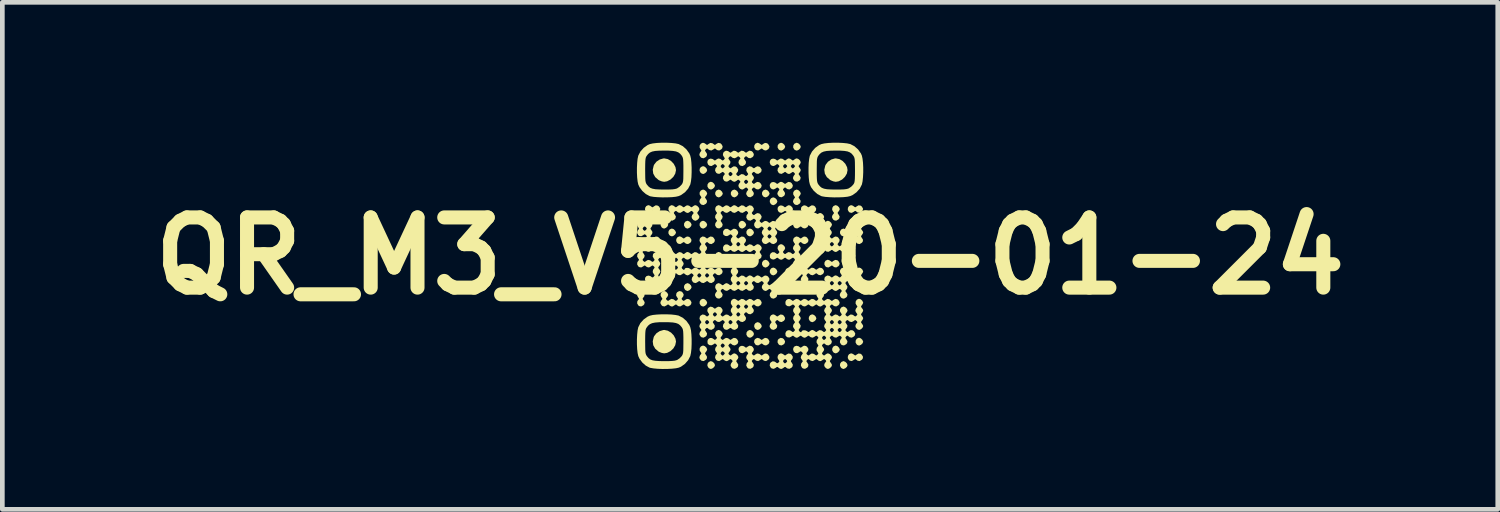
<source format=kicad_pcb>
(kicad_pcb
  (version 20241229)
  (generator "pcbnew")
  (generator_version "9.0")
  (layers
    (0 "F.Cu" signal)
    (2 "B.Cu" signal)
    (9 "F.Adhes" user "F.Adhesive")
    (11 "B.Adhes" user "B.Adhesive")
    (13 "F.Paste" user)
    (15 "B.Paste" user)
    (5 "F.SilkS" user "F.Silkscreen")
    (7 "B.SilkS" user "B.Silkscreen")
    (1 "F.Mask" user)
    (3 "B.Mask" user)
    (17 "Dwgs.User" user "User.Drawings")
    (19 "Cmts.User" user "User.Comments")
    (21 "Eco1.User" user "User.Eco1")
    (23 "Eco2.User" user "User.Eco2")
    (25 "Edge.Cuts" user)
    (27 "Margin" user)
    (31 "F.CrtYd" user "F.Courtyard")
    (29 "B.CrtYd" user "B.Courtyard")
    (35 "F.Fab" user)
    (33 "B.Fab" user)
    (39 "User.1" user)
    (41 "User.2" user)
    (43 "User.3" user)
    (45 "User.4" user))
  (footprint "QR_M3_V5-20-01-24"
    (layer "F.Cu")
    (at 12.979 2.418)
    (property "Reference" "QR_M3_V5-20-01-24" (at 0 0 0) (layer "F.SilkS") (effects (font (size 1.5 1.5) (thickness 0.3))))
    (attr board_only exclude_from_pos_files exclude_from_bom)
    (fp_poly (pts (xy 0.697 1.76) (xy 0.722 1.78) (xy 0.748 1.825) (xy 0.74 1.866) (xy 0.72 1.889) (xy 0.674 1.914) (xy 0.63 1.906) (xy 0.61 1.89) (xy 0.586 1.846) (xy 0.592 1.8) (xy 0.61 1.776) (xy 0.653 1.752)) (stroke (width 0) (type solid)) (fill yes) (layer "F.SilkS"))
    (fp_poly (pts (xy -1.798 -0.736) (xy -1.765 -0.704) (xy -1.75 -0.666) (xy -1.75 -0.664) (xy -1.764 -0.63) (xy -1.796 -0.6) (xy -1.833 -0.584) (xy -1.838 -0.583) (xy -1.87 -0.594) (xy -1.89 -0.61) (xy -1.912 -0.651) (xy -1.909 -0.695) (xy -1.884 -0.732) (xy -1.843 -0.75) (xy -1.835 -0.75)) (stroke (width 0) (type solid)) (fill yes) (layer "F.SilkS"))
    (fp_poly (pts (xy -1.631 -0.57) (xy -1.599 -0.537) (xy -1.583 -0.5) (xy -1.583 -0.497) (xy -1.597 -0.464) (xy -1.629 -0.433) (xy -1.666 -0.417) (xy -1.671 -0.417) (xy -1.704 -0.428) (xy -1.724 -0.443) (xy -1.746 -0.484) (xy -1.742 -0.528) (xy -1.718 -0.565) (xy -1.676 -0.583) (xy -1.668 -0.583)) (stroke (width 0) (type solid)) (fill yes) (layer "F.SilkS"))
    (fp_poly (pts (xy -1.298 -0.736) (xy -1.265 -0.704) (xy -1.25 -0.666) (xy -1.25 -0.664) (xy -1.264 -0.63) (xy -1.296 -0.6) (xy -1.333 -0.584) (xy -1.338 -0.583) (xy -1.37 -0.594) (xy -1.39 -0.61) (xy -1.412 -0.651) (xy -1.409 -0.695) (xy -1.384 -0.732) (xy -1.343 -0.75) (xy -1.335 -0.75)) (stroke (width 0) (type solid)) (fill yes) (layer "F.SilkS"))
    (fp_poly (pts (xy -1.298 0.597) (xy -1.265 0.629) (xy -1.25 0.667) (xy -1.25 0.67) (xy -1.264 0.703) (xy -1.296 0.734) (xy -1.333 0.75) (xy -1.338 0.75) (xy -1.37 0.739) (xy -1.39 0.724) (xy -1.412 0.683) (xy -1.409 0.638) (xy -1.384 0.602) (xy -1.343 0.584) (xy -1.335 0.583)) (stroke (width 0) (type solid)) (fill yes) (layer "F.SilkS"))
    (fp_poly (pts (xy -0.965 -1.903) (xy -0.932 -1.871) (xy -0.917 -1.833) (xy -0.917 -1.83) (xy -0.93 -1.797) (xy -0.962 -1.766) (xy -0.999 -1.75) (xy -1.004 -1.75) (xy -1.037 -1.761) (xy -1.057 -1.776) (xy -1.079 -1.817) (xy -1.076 -1.862) (xy -1.051 -1.898) (xy -1.01 -1.916) (xy -1.001 -1.917)) (stroke (width 0) (type solid)) (fill yes) (layer "F.SilkS"))
    (fp_poly (pts (xy -0.965 -0.736) (xy -0.932 -0.704) (xy -0.917 -0.666) (xy -0.917 -0.664) (xy -0.93 -0.63) (xy -0.962 -0.6) (xy -0.999 -0.584) (xy -1.004 -0.583) (xy -1.037 -0.594) (xy -1.057 -0.61) (xy -1.079 -0.651) (xy -1.076 -0.695) (xy -1.051 -0.732) (xy -1.01 -0.75) (xy -1.001 -0.75)) (stroke (width 0) (type solid)) (fill yes) (layer "F.SilkS"))
    (fp_poly (pts (xy -0.965 0.93) (xy -0.932 0.963) (xy -0.917 1) (xy -0.917 1.003) (xy -0.93 1.036) (xy -0.962 1.067) (xy -0.999 1.083) (xy -1.004 1.083) (xy -1.037 1.072) (xy -1.057 1.057) (xy -1.079 1.016) (xy -1.076 0.972) (xy -1.051 0.935) (xy -1.01 0.917) (xy -1.001 0.917)) (stroke (width 0) (type solid)) (fill yes) (layer "F.SilkS"))
    (fp_poly (pts (xy -0.798 -1.57) (xy -0.765 -1.537) (xy -0.75 -1.5) (xy -0.75 -1.497) (xy -0.764 -1.464) (xy -0.796 -1.433) (xy -0.833 -1.417) (xy -0.838 -1.417) (xy -0.87 -1.428) (xy -0.89 -1.443) (xy -0.912 -1.484) (xy -0.909 -1.528) (xy -0.884 -1.565) (xy -0.843 -1.583) (xy -0.835 -1.583)) (stroke (width 0) (type solid)) (fill yes) (layer "F.SilkS"))
    (fp_poly (pts (xy -0.798 2.264) (xy -0.765 2.296) (xy -0.75 2.334) (xy -0.75 2.336) (xy -0.764 2.37) (xy -0.796 2.4) (xy -0.833 2.416) (xy -0.838 2.417) (xy -0.87 2.406) (xy -0.89 2.39) (xy -0.912 2.349) (xy -0.909 2.305) (xy -0.884 2.268) (xy -0.843 2.25) (xy -0.835 2.25)) (stroke (width 0) (type solid)) (fill yes) (layer "F.SilkS"))
    (fp_poly (pts (xy -0.631 -1.403) (xy -0.599 -1.371) (xy -0.583 -1.333) (xy -0.583 -1.33) (xy -0.597 -1.297) (xy -0.629 -1.266) (xy -0.666 -1.25) (xy -0.671 -1.25) (xy -0.704 -1.261) (xy -0.724 -1.276) (xy -0.746 -1.317) (xy -0.742 -1.362) (xy -0.718 -1.398) (xy -0.676 -1.416) (xy -0.668 -1.417)) (stroke (width 0) (type solid)) (fill yes) (layer "F.SilkS"))
    (fp_poly (pts (xy -0.631 -0.07) (xy -0.599 -0.037) (xy -0.583 0.000213) (xy -0.583 0.003) (xy -0.597 0.036) (xy -0.629 0.067) (xy -0.666 0.083) (xy -0.671 0.083) (xy -0.704 0.072) (xy -0.724 0.057) (xy -0.746 0.016) (xy -0.742 -0.028) (xy -0.718 -0.065) (xy -0.676 -0.083) (xy -0.668 -0.083)) (stroke (width 0) (type solid)) (fill yes) (layer "F.SilkS"))
    (fp_poly (pts (xy -0.298 -1.403) (xy -0.265 -1.371) (xy -0.25 -1.333) (xy -0.25 -1.33) (xy -0.264 -1.297) (xy -0.296 -1.266) (xy -0.333 -1.25) (xy -0.338 -1.25) (xy -0.37 -1.261) (xy -0.39 -1.276) (xy -0.412 -1.317) (xy -0.409 -1.362) (xy -0.384 -1.398) (xy -0.343 -1.416) (xy -0.335 -1.417)) (stroke (width 0) (type solid)) (fill yes) (layer "F.SilkS"))
    (fp_poly (pts (xy -0.131 -0.736) (xy -0.099 -0.704) (xy -0.083 -0.666) (xy -0.083 -0.664) (xy -0.097 -0.63) (xy -0.129 -0.6) (xy -0.166 -0.584) (xy -0.171 -0.583) (xy -0.204 -0.594) (xy -0.224 -0.61) (xy -0.246 -0.651) (xy -0.242 -0.695) (xy -0.218 -0.732) (xy -0.176 -0.75) (xy -0.168 -0.75)) (stroke (width 0) (type solid)) (fill yes) (layer "F.SilkS"))
    (fp_poly (pts (xy 0.035 -0.57) (xy 0.068 -0.537) (xy 0.083 -0.5) (xy 0.083 -0.497) (xy 0.07 -0.464) (xy 0.038 -0.433) (xy 0.001 -0.417) (xy -0.004 -0.417) (xy -0.037 -0.428) (xy -0.057 -0.443) (xy -0.079 -0.484) (xy -0.076 -0.528) (xy -0.051 -0.565) (xy -0.01 -0.583) (xy -0.001 -0.583)) (stroke (width 0) (type solid)) (fill yes) (layer "F.SilkS"))
    (fp_poly (pts (xy 0.035 1.597) (xy 0.068 1.629) (xy 0.083 1.667) (xy 0.083 1.67) (xy 0.07 1.703) (xy 0.038 1.734) (xy 0.001 1.75) (xy -0.004 1.75) (xy -0.037 1.739) (xy -0.057 1.724) (xy -0.079 1.683) (xy -0.076 1.638) (xy -0.051 1.602) (xy -0.01 1.584) (xy -0.001 1.583)) (stroke (width 0) (type solid)) (fill yes) (layer "F.SilkS"))
    (fp_poly (pts (xy 0.202 1.43) (xy 0.235 1.463) (xy 0.25 1.5) (xy 0.25 1.503) (xy 0.236 1.536) (xy 0.204 1.567) (xy 0.167 1.583) (xy 0.162 1.583) (xy 0.13 1.572) (xy 0.11 1.557) (xy 0.088 1.516) (xy 0.091 1.472) (xy 0.116 1.435) (xy 0.157 1.417) (xy 0.165 1.417)) (stroke (width 0) (type solid)) (fill yes) (layer "F.SilkS"))
    (fp_poly (pts (xy 0.369 -1.403) (xy 0.401 -1.371) (xy 0.417 -1.333) (xy 0.417 -1.33) (xy 0.403 -1.297) (xy 0.371 -1.266) (xy 0.334 -1.25) (xy 0.329 -1.25) (xy 0.296 -1.261) (xy 0.276 -1.276) (xy 0.254 -1.317) (xy 0.258 -1.362) (xy 0.282 -1.398) (xy 0.324 -1.416) (xy 0.332 -1.417)) (stroke (width 0) (type solid)) (fill yes) (layer "F.SilkS"))
    (fp_poly (pts (xy 0.369 0.097) (xy 0.401 0.129) (xy 0.417 0.167) (xy 0.417 0.17) (xy 0.403 0.203) (xy 0.371 0.234) (xy 0.334 0.25) (xy 0.329 0.25) (xy 0.296 0.239) (xy 0.276 0.224) (xy 0.254 0.183) (xy 0.258 0.138) (xy 0.282 0.102) (xy 0.324 0.084) (xy 0.332 0.083)) (stroke (width 0) (type solid)) (fill yes) (layer "F.SilkS"))
    (fp_poly (pts (xy 0.535 -1.236) (xy 0.568 -1.204) (xy 0.583 -1.166) (xy 0.583 -1.164) (xy 0.57 -1.13) (xy 0.538 -1.1) (xy 0.501 -1.084) (xy 0.496 -1.083) (xy 0.463 -1.094) (xy 0.443 -1.11) (xy 0.421 -1.151) (xy 0.424 -1.195) (xy 0.449 -1.232) (xy 0.49 -1.25) (xy 0.499 -1.25)) (stroke (width 0) (type solid)) (fill yes) (layer "F.SilkS"))
    (fp_poly (pts (xy 0.535 0.264) (xy 0.568 0.296) (xy 0.583 0.334) (xy 0.583 0.336) (xy 0.57 0.37) (xy 0.538 0.4) (xy 0.501 0.416) (xy 0.496 0.417) (xy 0.463 0.406) (xy 0.443 0.39) (xy 0.421 0.349) (xy 0.424 0.305) (xy 0.449 0.268) (xy 0.49 0.25) (xy 0.499 0.25)) (stroke (width 0) (type solid)) (fill yes) (layer "F.SilkS"))
    (fp_poly (pts (xy 0.702 -2.403) (xy 0.735 -2.371) (xy 0.75 -2.333) (xy 0.75 -2.33) (xy 0.736 -2.297) (xy 0.704 -2.266) (xy 0.667 -2.25) (xy 0.662 -2.25) (xy 0.63 -2.261) (xy 0.61 -2.276) (xy 0.588 -2.317) (xy 0.591 -2.362) (xy 0.616 -2.398) (xy 0.657 -2.416) (xy 0.665 -2.417)) (stroke (width 0) (type solid)) (fill yes) (layer "F.SilkS"))
    (fp_poly (pts (xy 1.035 -2.403) (xy 1.068 -2.371) (xy 1.083 -2.333) (xy 1.083 -2.33) (xy 1.07 -2.297) (xy 1.038 -2.266) (xy 1.001 -2.25) (xy 0.996 -2.25) (xy 0.963 -2.261) (xy 0.943 -2.276) (xy 0.921 -2.317) (xy 0.924 -2.362) (xy 0.949 -2.398) (xy 0.99 -2.416) (xy 0.999 -2.417)) (stroke (width 0) (type solid)) (fill yes) (layer "F.SilkS"))
    (fp_poly (pts (xy 1.369 -0.07) (xy 1.401 -0.037) (xy 1.417 0.000213) (xy 1.417 0.003) (xy 1.403 0.036) (xy 1.371 0.067) (xy 1.334 0.083) (xy 1.329 0.083) (xy 1.296 0.072) (xy 1.276 0.057) (xy 1.254 0.016) (xy 1.258 -0.028) (xy 1.282 -0.065) (xy 1.324 -0.083) (xy 1.332 -0.083)) (stroke (width 0) (type solid)) (fill yes) (layer "F.SilkS"))
    (fp_poly (pts (xy 1.369 1.264) (xy 1.401 1.296) (xy 1.417 1.334) (xy 1.417 1.336) (xy 1.403 1.37) (xy 1.371 1.4) (xy 1.334 1.416) (xy 1.329 1.417) (xy 1.296 1.406) (xy 1.276 1.39) (xy 1.254 1.349) (xy 1.258 1.305) (xy 1.282 1.268) (xy 1.324 1.25) (xy 1.332 1.25)) (stroke (width 0) (type solid)) (fill yes) (layer "F.SilkS"))
    (fp_poly (pts (xy 1.535 -0.903) (xy 1.568 -0.871) (xy 1.583 -0.833) (xy 1.583 -0.83) (xy 1.57 -0.797) (xy 1.538 -0.766) (xy 1.501 -0.75) (xy 1.496 -0.75) (xy 1.463 -0.761) (xy 1.443 -0.776) (xy 1.421 -0.817) (xy 1.424 -0.862) (xy 1.449 -0.898) (xy 1.49 -0.916) (xy 1.499 -0.917)) (stroke (width 0) (type solid)) (fill yes) (layer "F.SilkS"))
    (fp_poly (pts (xy 1.869 1.93) (xy 1.901 1.963) (xy 1.917 2) (xy 1.917 2.003) (xy 1.903 2.036) (xy 1.871 2.067) (xy 1.834 2.083) (xy 1.829 2.083) (xy 1.796 2.072) (xy 1.776 2.057) (xy 1.754 2.016) (xy 1.758 1.972) (xy 1.782 1.935) (xy 1.824 1.917) (xy 1.832 1.917)) (stroke (width 0) (type solid)) (fill yes) (layer "F.SilkS"))
    (fp_poly (pts (xy 2.035 -0.57) (xy 2.068 -0.537) (xy 2.083 -0.5) (xy 2.083 -0.497) (xy 2.07 -0.464) (xy 2.038 -0.433) (xy 2.001 -0.417) (xy 1.996 -0.417) (xy 1.963 -0.428) (xy 1.943 -0.443) (xy 1.921 -0.484) (xy 1.924 -0.528) (xy 1.949 -0.565) (xy 1.99 -0.583) (xy 1.999 -0.583)) (stroke (width 0) (type solid)) (fill yes) (layer "F.SilkS"))
    (fp_poly (pts (xy 2.035 2.264) (xy 2.068 2.296) (xy 2.083 2.334) (xy 2.083 2.336) (xy 2.07 2.37) (xy 2.038 2.4) (xy 2.001 2.416) (xy 1.996 2.417) (xy 1.963 2.406) (xy 1.943 2.39) (xy 1.921 2.349) (xy 1.924 2.305) (xy 1.949 2.268) (xy 1.99 2.25) (xy 1.999 2.25)) (stroke (width 0) (type solid)) (fill yes) (layer "F.SilkS"))
    (fp_poly (pts (xy 2.369 1.764) (xy 2.401 1.796) (xy 2.417 1.834) (xy 2.417 1.836) (xy 2.403 1.87) (xy 2.371 1.9) (xy 2.334 1.916) (xy 2.329 1.917) (xy 2.296 1.906) (xy 2.276 1.89) (xy 2.254 1.849) (xy 2.258 1.805) (xy 2.282 1.768) (xy 2.324 1.75) (xy 2.332 1.75)) (stroke (width 0) (type solid)) (fill yes) (layer "F.SilkS"))
    (fp_poly (pts (xy -1.758 -2.068) (xy -1.688 -2.027) (xy -1.631 -1.967) (xy -1.594 -1.895) (xy -1.583 -1.833) (xy -1.599 -1.758) (xy -1.64 -1.688) (xy -1.701 -1.631) (xy -1.773 -1.594) (xy -1.836 -1.583) (xy -1.886 -1.592) (xy -1.942 -1.614) (xy -1.957 -1.623) (xy -2.027 -1.683) (xy -2.069 -1.757) (xy -2.08 -1.84) (xy -2.06 -1.927) (xy -2.05 -1.95) (xy -2.001 -2.013) (xy -1.932 -2.059) (xy -1.854 -2.082) (xy -1.832 -2.083)) (stroke (width 0) (type solid)) (fill yes) (layer "F.SilkS"))
    (fp_poly (pts (xy -1.758 1.599) (xy -1.688 1.64) (xy -1.631 1.7) (xy -1.594 1.771) (xy -1.583 1.833) (xy -1.599 1.909) (xy -1.64 1.979) (xy -1.701 2.036) (xy -1.773 2.073) (xy -1.836 2.083) (xy -1.886 2.074) (xy -1.942 2.052) (xy -1.957 2.044) (xy -2.027 1.984) (xy -2.069 1.91) (xy -2.08 1.827) (xy -2.06 1.739) (xy -2.05 1.716) (xy -2.001 1.654) (xy -1.932 1.608) (xy -1.854 1.585) (xy -1.832 1.583)) (stroke (width 0) (type solid)) (fill yes) (layer "F.SilkS"))
    (fp_poly (pts (xy 1.909 -2.068) (xy 1.979 -2.027) (xy 2.036 -1.967) (xy 2.073 -1.895) (xy 2.083 -1.833) (xy 2.068 -1.758) (xy 2.026 -1.688) (xy 1.966 -1.631) (xy 1.894 -1.594) (xy 1.831 -1.583) (xy 1.781 -1.592) (xy 1.725 -1.614) (xy 1.71 -1.623) (xy 1.64 -1.683) (xy 1.598 -1.757) (xy 1.586 -1.84) (xy 1.606 -1.927) (xy 1.617 -1.95) (xy 1.666 -2.013) (xy 1.735 -2.059) (xy 1.812 -2.082) (xy 1.835 -2.083)) (stroke (width 0) (type solid)) (fill yes) (layer "F.SilkS"))
    (fp_poly (pts (xy -2.303 0.76) (xy -2.278 0.78) (xy -2.253 0.822) (xy -2.26 0.862) (xy -2.278 0.886) (xy -2.296 0.912) (xy -2.29 0.932) (xy -2.278 0.947) (xy -2.252 0.991) (xy -2.26 1.032) (xy -2.28 1.056) (xy -2.326 1.081) (xy -2.37 1.073) (xy -2.39 1.057) (xy -2.414 1.013) (xy -2.408 0.966) (xy -2.39 0.943) (xy -2.373 0.92) (xy -2.382 0.9) (xy -2.39 0.89) (xy -2.414 0.846) (xy -2.408 0.8) (xy -2.39 0.776) (xy -2.347 0.752)) (stroke (width 0) (type solid)) (fill yes) (layer "F.SilkS"))
    (fp_poly (pts (xy 0.197 1.761) (xy 0.219 1.777) (xy 0.244 1.795) (xy 0.263 1.788) (xy 0.275 1.777) (xy 0.319 1.752) (xy 0.364 1.76) (xy 0.389 1.78) (xy 0.414 1.825) (xy 0.406 1.866) (xy 0.386 1.889) (xy 0.341 1.914) (xy 0.297 1.906) (xy 0.275 1.89) (xy 0.252 1.872) (xy 0.232 1.878) (xy 0.219 1.89) (xy 0.173 1.914) (xy 0.129 1.906) (xy 0.11 1.89) (xy 0.086 1.846) (xy 0.092 1.8) (xy 0.11 1.776) (xy 0.152 1.752)) (stroke (width 0) (type solid)) (fill yes) (layer "F.SilkS"))
    (fp_poly (pts (xy -2.138 -1.073) (xy -2.115 -1.056) (xy -2.09 -1.038) (xy -2.07 -1.045) (xy -2.058 -1.056) (xy -2.014 -1.081) (xy -1.97 -1.073) (xy -1.944 -1.053) (xy -1.919 -1.009) (xy -1.927 -0.968) (xy -1.947 -0.944) (xy -1.993 -0.919) (xy -2.037 -0.927) (xy -2.058 -0.944) (xy -2.081 -0.962) (xy -2.101 -0.955) (xy -2.115 -0.944) (xy -2.16 -0.919) (xy -2.204 -0.927) (xy -2.224 -0.943) (xy -2.245 -0.983) (xy -2.242 -1.028) (xy -2.219 -1.064) (xy -2.18 -1.083) (xy -2.171 -1.083)) (stroke (width 0) (type solid)) (fill yes) (layer "F.SilkS"))
    (fp_poly (pts (xy -1.471 -0.406) (xy -1.448 -0.39) (xy -1.423 -0.372) (xy -1.403 -0.378) (xy -1.391 -0.39) (xy -1.348 -0.414) (xy -1.303 -0.407) (xy -1.278 -0.386) (xy -1.252 -0.342) (xy -1.26 -0.301) (xy -1.28 -0.278) (xy -1.326 -0.252) (xy -1.37 -0.26) (xy -1.391 -0.277) (xy -1.414 -0.295) (xy -1.435 -0.288) (xy -1.448 -0.277) (xy -1.493 -0.252) (xy -1.537 -0.261) (xy -1.557 -0.276) (xy -1.579 -0.317) (xy -1.576 -0.361) (xy -1.552 -0.398) (xy -1.513 -0.416) (xy -1.504 -0.417)) (stroke (width 0) (type solid)) (fill yes) (layer "F.SilkS"))
    (fp_poly (pts (xy 0.195 -2.406) (xy 0.219 -2.39) (xy 0.244 -2.372) (xy 0.263 -2.378) (xy 0.275 -2.39) (xy 0.319 -2.414) (xy 0.364 -2.407) (xy 0.389 -2.386) (xy 0.414 -2.342) (xy 0.406 -2.301) (xy 0.386 -2.278) (xy 0.341 -2.252) (xy 0.297 -2.26) (xy 0.275 -2.277) (xy 0.252 -2.295) (xy 0.232 -2.288) (xy 0.219 -2.277) (xy 0.173 -2.252) (xy 0.129 -2.261) (xy 0.11 -2.276) (xy 0.088 -2.317) (xy 0.091 -2.361) (xy 0.114 -2.398) (xy 0.154 -2.416) (xy 0.162 -2.417)) (stroke (width 0) (type solid)) (fill yes) (layer "F.SilkS"))
    (fp_poly (pts (xy 1.695 0.094) (xy 1.719 0.11) (xy 1.744 0.128) (xy 1.763 0.122) (xy 1.775 0.11) (xy 1.819 0.086) (xy 1.864 0.093) (xy 1.889 0.114) (xy 1.914 0.158) (xy 1.906 0.199) (xy 1.886 0.222) (xy 1.841 0.248) (xy 1.797 0.24) (xy 1.775 0.223) (xy 1.752 0.205) (xy 1.732 0.212) (xy 1.719 0.223) (xy 1.673 0.248) (xy 1.629 0.239) (xy 1.61 0.224) (xy 1.588 0.183) (xy 1.591 0.139) (xy 1.614 0.102) (xy 1.654 0.084) (xy 1.662 0.083)) (stroke (width 0) (type solid)) (fill yes) (layer "F.SilkS"))
    (fp_poly (pts (xy 2.195 -1.073) (xy 2.219 -1.056) (xy 2.244 -1.038) (xy 2.263 -1.045) (xy 2.275 -1.056) (xy 2.319 -1.081) (xy 2.364 -1.073) (xy 2.389 -1.053) (xy 2.414 -1.009) (xy 2.406 -0.968) (xy 2.386 -0.944) (xy 2.341 -0.919) (xy 2.297 -0.927) (xy 2.275 -0.944) (xy 2.252 -0.962) (xy 2.232 -0.955) (xy 2.219 -0.944) (xy 2.173 -0.919) (xy 2.129 -0.927) (xy 2.11 -0.943) (xy 2.088 -0.983) (xy 2.091 -1.028) (xy 2.114 -1.064) (xy 2.154 -1.083) (xy 2.162 -1.083)) (stroke (width 0) (type solid)) (fill yes) (layer "F.SilkS"))
    (fp_poly (pts (xy 2.195 2.094) (xy 2.219 2.11) (xy 2.244 2.128) (xy 2.263 2.122) (xy 2.275 2.11) (xy 2.319 2.086) (xy 2.364 2.093) (xy 2.389 2.114) (xy 2.414 2.158) (xy 2.406 2.199) (xy 2.386 2.222) (xy 2.341 2.248) (xy 2.297 2.24) (xy 2.275 2.223) (xy 2.252 2.205) (xy 2.232 2.212) (xy 2.219 2.223) (xy 2.173 2.248) (xy 2.129 2.239) (xy 2.11 2.224) (xy 2.088 2.183) (xy 2.091 2.139) (xy 2.114 2.102) (xy 2.154 2.084) (xy 2.162 2.083)) (stroke (width 0) (type solid)) (fill yes) (layer "F.SilkS"))
    (fp_poly (pts (xy -0.966 -1.403) (xy -0.933 -1.372) (xy -0.917 -1.337) (xy -0.917 -1.333) (xy -0.927 -1.304) (xy -0.944 -1.28) (xy -0.963 -1.255) (xy -0.957 -1.234) (xy -0.944 -1.22) (xy -0.919 -1.175) (xy -0.927 -1.134) (xy -0.947 -1.111) (xy -0.993 -1.086) (xy -1.037 -1.094) (xy -1.057 -1.11) (xy -1.079 -1.144) (xy -1.083 -1.167) (xy -1.072 -1.203) (xy -1.057 -1.224) (xy -1.04 -1.247) (xy -1.048 -1.267) (xy -1.057 -1.276) (xy -1.079 -1.317) (xy -1.076 -1.362) (xy -1.051 -1.398) (xy -1.01 -1.416) (xy -1.001 -1.417)) (stroke (width 0) (type solid)) (fill yes) (layer "F.SilkS"))
    (fp_poly (pts (xy -0.966 1.93) (xy -0.933 1.961) (xy -0.917 1.997) (xy -0.917 2) (xy -0.927 2.029) (xy -0.944 2.053) (xy -0.963 2.078) (xy -0.957 2.099) (xy -0.944 2.114) (xy -0.919 2.158) (xy -0.927 2.199) (xy -0.947 2.222) (xy -0.993 2.248) (xy -1.037 2.24) (xy -1.057 2.224) (xy -1.079 2.189) (xy -1.083 2.167) (xy -1.072 2.13) (xy -1.057 2.11) (xy -1.04 2.086) (xy -1.048 2.066) (xy -1.057 2.057) (xy -1.079 2.016) (xy -1.076 1.972) (xy -1.051 1.935) (xy -1.01 1.917) (xy -1.001 1.917)) (stroke (width 0) (type solid)) (fill yes) (layer "F.SilkS"))
    (fp_poly (pts (xy 1.034 -1.403) (xy 1.067 -1.372) (xy 1.083 -1.337) (xy 1.083 -1.333) (xy 1.073 -1.304) (xy 1.056 -1.28) (xy 1.037 -1.255) (xy 1.043 -1.234) (xy 1.056 -1.22) (xy 1.081 -1.175) (xy 1.073 -1.134) (xy 1.053 -1.111) (xy 1.007 -1.086) (xy 0.963 -1.094) (xy 0.943 -1.11) (xy 0.921 -1.144) (xy 0.917 -1.167) (xy 0.928 -1.203) (xy 0.943 -1.224) (xy 0.96 -1.247) (xy 0.952 -1.267) (xy 0.943 -1.276) (xy 0.921 -1.317) (xy 0.924 -1.362) (xy 0.949 -1.398) (xy 0.99 -1.416) (xy 0.999 -1.417)) (stroke (width 0) (type solid)) (fill yes) (layer "F.SilkS"))
    (fp_poly (pts (xy 1.868 -1.07) (xy 1.9 -1.039) (xy 1.916 -1.003) (xy 1.917 -1) (xy 1.906 -0.971) (xy 1.889 -0.947) (xy 1.871 -0.922) (xy 1.877 -0.901) (xy 1.889 -0.886) (xy 1.914 -0.842) (xy 1.906 -0.801) (xy 1.886 -0.778) (xy 1.84 -0.752) (xy 1.797 -0.76) (xy 1.776 -0.776) (xy 1.755 -0.811) (xy 1.75 -0.833) (xy 1.761 -0.87) (xy 1.776 -0.89) (xy 1.794 -0.914) (xy 1.785 -0.934) (xy 1.776 -0.943) (xy 1.754 -0.984) (xy 1.758 -1.028) (xy 1.782 -1.065) (xy 1.824 -1.083) (xy 1.832 -1.083)) (stroke (width 0) (type solid)) (fill yes) (layer "F.SilkS"))
    (fp_poly (pts (xy 0.529 1.261) (xy 0.552 1.277) (xy 0.577 1.295) (xy 0.597 1.288) (xy 0.609 1.277) (xy 0.652 1.252) (xy 0.697 1.26) (xy 0.722 1.28) (xy 0.748 1.325) (xy 0.74 1.366) (xy 0.72 1.389) (xy 0.674 1.414) (xy 0.63 1.406) (xy 0.608 1.389) (xy 0.585 1.371) (xy 0.565 1.378) (xy 0.554 1.389) (xy 0.536 1.412) (xy 0.543 1.432) (xy 0.555 1.447) (xy 0.581 1.491) (xy 0.573 1.532) (xy 0.553 1.556) (xy 0.507 1.581) (xy 0.463 1.573) (xy 0.443 1.557) (xy 0.421 1.522) (xy 0.417 1.5) (xy 0.428 1.463) (xy 0.443 1.443) (xy 0.46 1.42) (xy 0.452 1.4) (xy 0.443 1.39) (xy 0.421 1.35) (xy 0.424 1.306) (xy 0.448 1.269) (xy 0.487 1.251) (xy 0.496 1.25)) (stroke (width 0) (type solid)) (fill yes) (layer "F.SilkS"))
    (fp_poly (pts (xy 0.868 -1.07) (xy 0.9 -1.039) (xy 0.916 -1.003) (xy 0.917 -1) (xy 0.906 -0.971) (xy 0.889 -0.947) (xy 0.871 -0.922) (xy 0.877 -0.901) (xy 0.889 -0.886) (xy 0.914 -0.842) (xy 0.906 -0.801) (xy 0.886 -0.778) (xy 0.84 -0.752) (xy 0.797 -0.76) (xy 0.776 -0.776) (xy 0.755 -0.811) (xy 0.75 -0.833) (xy 0.761 -0.87) (xy 0.776 -0.89) (xy 0.794 -0.913) (xy 0.785 -0.933) (xy 0.775 -0.944) (xy 0.753 -0.961) (xy 0.733 -0.955) (xy 0.717 -0.942) (xy 0.674 -0.92) (xy 0.633 -0.926) (xy 0.601 -0.953) (xy 0.587 -0.995) (xy 0.592 -1.033) (xy 0.617 -1.066) (xy 0.658 -1.079) (xy 0.701 -1.069) (xy 0.717 -1.058) (xy 0.742 -1.039) (xy 0.762 -1.044) (xy 0.775 -1.056) (xy 0.81 -1.078) (xy 0.832 -1.083)) (stroke (width 0) (type solid)) (fill yes) (layer "F.SilkS"))
    (fp_poly (pts (xy 2.368 -0.737) (xy 2.4 -0.706) (xy 2.416 -0.67) (xy 2.417 -0.667) (xy 2.406 -0.638) (xy 2.389 -0.614) (xy 2.371 -0.588) (xy 2.377 -0.568) (xy 2.389 -0.553) (xy 2.411 -0.521) (xy 2.417 -0.5) (xy 2.406 -0.471) (xy 2.389 -0.447) (xy 2.371 -0.422) (xy 2.377 -0.401) (xy 2.389 -0.386) (xy 2.414 -0.342) (xy 2.406 -0.301) (xy 2.386 -0.278) (xy 2.34 -0.252) (xy 2.297 -0.26) (xy 2.276 -0.276) (xy 2.255 -0.311) (xy 2.25 -0.333) (xy 2.261 -0.37) (xy 2.276 -0.39) (xy 2.294 -0.414) (xy 2.285 -0.434) (xy 2.276 -0.443) (xy 2.255 -0.478) (xy 2.25 -0.5) (xy 2.261 -0.537) (xy 2.276 -0.557) (xy 2.294 -0.58) (xy 2.285 -0.6) (xy 2.276 -0.61) (xy 2.254 -0.651) (xy 2.258 -0.695) (xy 2.282 -0.732) (xy 2.324 -0.75) (xy 2.332 -0.75)) (stroke (width 0) (type solid)) (fill yes) (layer "F.SilkS"))
    (fp_poly (pts (xy -0.971 -2.406) (xy -0.948 -2.39) (xy -0.923 -2.372) (xy -0.903 -2.378) (xy -0.891 -2.39) (xy -0.848 -2.414) (xy -0.804 -2.406) (xy -0.781 -2.39) (xy -0.756 -2.372) (xy -0.737 -2.378) (xy -0.725 -2.39) (xy -0.681 -2.414) (xy -0.636 -2.407) (xy -0.611 -2.386) (xy -0.586 -2.342) (xy -0.594 -2.301) (xy -0.614 -2.278) (xy -0.659 -2.252) (xy -0.703 -2.26) (xy -0.725 -2.277) (xy -0.748 -2.295) (xy -0.768 -2.288) (xy -0.781 -2.277) (xy -0.827 -2.252) (xy -0.871 -2.261) (xy -0.892 -2.277) (xy -0.915 -2.296) (xy -0.935 -2.289) (xy -0.946 -2.278) (xy -0.964 -2.255) (xy -0.957 -2.235) (xy -0.945 -2.22) (xy -0.919 -2.176) (xy -0.927 -2.135) (xy -0.947 -2.111) (xy -0.993 -2.086) (xy -1.037 -2.094) (xy -1.057 -2.11) (xy -1.079 -2.144) (xy -1.083 -2.167) (xy -1.072 -2.203) (xy -1.057 -2.224) (xy -1.04 -2.247) (xy -1.048 -2.267) (xy -1.057 -2.276) (xy -1.079 -2.317) (xy -1.076 -2.361) (xy -1.052 -2.398) (xy -1.013 -2.416) (xy -1.004 -2.417)) (stroke (width 0) (type solid)) (fill yes) (layer "F.SilkS"))
    (fp_poly (pts (xy 0.695 -1.573) (xy 0.719 -1.556) (xy 0.744 -1.538) (xy 0.763 -1.545) (xy 0.775 -1.556) (xy 0.819 -1.581) (xy 0.864 -1.573) (xy 0.889 -1.553) (xy 0.914 -1.509) (xy 0.906 -1.468) (xy 0.886 -1.444) (xy 0.841 -1.419) (xy 0.797 -1.427) (xy 0.775 -1.444) (xy 0.752 -1.462) (xy 0.732 -1.455) (xy 0.721 -1.445) (xy 0.703 -1.422) (xy 0.709 -1.402) (xy 0.722 -1.387) (xy 0.747 -1.343) (xy 0.74 -1.301) (xy 0.72 -1.278) (xy 0.674 -1.252) (xy 0.63 -1.26) (xy 0.61 -1.276) (xy 0.588 -1.311) (xy 0.583 -1.333) (xy 0.595 -1.37) (xy 0.61 -1.39) (xy 0.627 -1.413) (xy 0.619 -1.433) (xy 0.609 -1.444) (xy 0.586 -1.461) (xy 0.566 -1.455) (xy 0.55 -1.442) (xy 0.507 -1.42) (xy 0.466 -1.426) (xy 0.435 -1.453) (xy 0.42 -1.495) (xy 0.425 -1.533) (xy 0.45 -1.566) (xy 0.491 -1.579) (xy 0.535 -1.569) (xy 0.55 -1.558) (xy 0.576 -1.539) (xy 0.595 -1.544) (xy 0.609 -1.556) (xy 0.642 -1.578) (xy 0.662 -1.583)) (stroke (width 0) (type solid)) (fill yes) (layer "F.SilkS"))
    (fp_poly (pts (xy 1.197 -1.072) (xy 1.219 -1.056) (xy 1.244 -1.038) (xy 1.263 -1.045) (xy 1.275 -1.056) (xy 1.319 -1.081) (xy 1.364 -1.073) (xy 1.389 -1.053) (xy 1.414 -1.009) (xy 1.406 -0.968) (xy 1.386 -0.944) (xy 1.341 -0.919) (xy 1.297 -0.927) (xy 1.275 -0.944) (xy 1.252 -0.962) (xy 1.232 -0.955) (xy 1.221 -0.945) (xy 1.203 -0.922) (xy 1.209 -0.902) (xy 1.222 -0.887) (xy 1.247 -0.845) (xy 1.241 -0.805) (xy 1.222 -0.78) (xy 1.204 -0.755) (xy 1.21 -0.734) (xy 1.222 -0.72) (xy 1.248 -0.675) (xy 1.24 -0.634) (xy 1.22 -0.611) (xy 1.174 -0.586) (xy 1.13 -0.594) (xy 1.109 -0.61) (xy 1.086 -0.628) (xy 1.065 -0.622) (xy 1.052 -0.61) (xy 1.007 -0.586) (xy 0.963 -0.594) (xy 0.943 -0.61) (xy 0.921 -0.65) (xy 0.924 -0.694) (xy 0.948 -0.731) (xy 0.987 -0.749) (xy 0.996 -0.75) (xy 1.029 -0.739) (xy 1.052 -0.723) (xy 1.077 -0.705) (xy 1.097 -0.712) (xy 1.109 -0.723) (xy 1.127 -0.746) (xy 1.119 -0.766) (xy 1.11 -0.776) (xy 1.088 -0.811) (xy 1.083 -0.833) (xy 1.095 -0.87) (xy 1.11 -0.89) (xy 1.127 -0.914) (xy 1.118 -0.934) (xy 1.11 -0.943) (xy 1.086 -0.987) (xy 1.092 -1.034) (xy 1.11 -1.057) (xy 1.152 -1.081)) (stroke (width 0) (type solid)) (fill yes) (layer "F.SilkS"))
    (fp_poly (pts (xy 0.695 2.094) (xy 0.719 2.11) (xy 0.744 2.128) (xy 0.763 2.122) (xy 0.775 2.11) (xy 0.819 2.086) (xy 0.864 2.093) (xy 0.889 2.114) (xy 0.914 2.156) (xy 0.907 2.196) (xy 0.889 2.22) (xy 0.871 2.245) (xy 0.877 2.266) (xy 0.889 2.28) (xy 0.914 2.325) (xy 0.906 2.366) (xy 0.886 2.389) (xy 0.841 2.414) (xy 0.797 2.406) (xy 0.775 2.39) (xy 0.752 2.372) (xy 0.732 2.378) (xy 0.719 2.39) (xy 0.685 2.411) (xy 0.662 2.417) (xy 0.63 2.406) (xy 0.609 2.39) (xy 0.586 2.372) (xy 0.565 2.378) (xy 0.552 2.39) (xy 0.507 2.414) (xy 0.463 2.406) (xy 0.443 2.39) (xy 0.419 2.346) (xy 0.426 2.3) (xy 0.443 2.276) (xy 0.485 2.252) (xy 0.53 2.261) (xy 0.552 2.277) (xy 0.577 2.295) (xy 0.597 2.288) (xy 0.609 2.277) (xy 0.627 2.254) (xy 0.624 2.247) (xy 0.704 2.247) (xy 0.714 2.271) (xy 0.716 2.274) (xy 0.738 2.296) (xy 0.757 2.293) (xy 0.777 2.275) (xy 0.793 2.253) (xy 0.784 2.232) (xy 0.775 2.223) (xy 0.752 2.204) (xy 0.732 2.212) (xy 0.721 2.222) (xy 0.704 2.247) (xy 0.624 2.247) (xy 0.619 2.234) (xy 0.61 2.224) (xy 0.588 2.183) (xy 0.591 2.139) (xy 0.614 2.102) (xy 0.654 2.084) (xy 0.662 2.083)) (stroke (width 0) (type solid)) (fill yes) (layer "F.SilkS"))
    (fp_poly (pts (xy 0.03 1.927) (xy 0.056 1.947) (xy 0.081 1.989) (xy 0.074 2.029) (xy 0.055 2.053) (xy 0.037 2.079) (xy 0.042 2.098) (xy 0.054 2.111) (xy 0.077 2.129) (xy 0.097 2.122) (xy 0.108 2.111) (xy 0.151 2.086) (xy 0.196 2.094) (xy 0.219 2.11) (xy 0.244 2.128) (xy 0.263 2.122) (xy 0.275 2.11) (xy 0.319 2.086) (xy 0.364 2.093) (xy 0.389 2.114) (xy 0.414 2.158) (xy 0.406 2.199) (xy 0.386 2.222) (xy 0.341 2.248) (xy 0.297 2.24) (xy 0.275 2.223) (xy 0.252 2.205) (xy 0.232 2.212) (xy 0.219 2.223) (xy 0.173 2.248) (xy 0.129 2.239) (xy 0.108 2.223) (xy 0.085 2.204) (xy 0.065 2.211) (xy 0.054 2.222) (xy 0.036 2.245) (xy 0.043 2.265) (xy 0.055 2.28) (xy 0.081 2.324) (xy 0.073 2.365) (xy 0.053 2.389) (xy 0.007 2.414) (xy -0.037 2.406) (xy -0.057 2.39) (xy -0.081 2.346) (xy -0.074 2.3) (xy -0.057 2.276) (xy -0.04 2.253) (xy -0.048 2.233) (xy -0.057 2.224) (xy -0.079 2.189) (xy -0.083 2.167) (xy -0.072 2.13) (xy -0.057 2.11) (xy -0.04 2.087) (xy -0.048 2.067) (xy -0.058 2.056) (xy -0.08 2.039) (xy -0.101 2.045) (xy -0.117 2.058) (xy -0.159 2.08) (xy -0.2 2.074) (xy -0.232 2.047) (xy -0.246 2.005) (xy -0.242 1.967) (xy -0.216 1.934) (xy -0.175 1.921) (xy -0.132 1.931) (xy -0.117 1.942) (xy -0.091 1.961) (xy -0.072 1.956) (xy -0.058 1.944) (xy -0.014 1.919)) (stroke (width 0) (type solid)) (fill yes) (layer "F.SilkS"))
    (fp_poly (pts (xy -1.799 0.763) (xy -1.766 0.794) (xy -1.75 0.83) (xy -1.75 0.833) (xy -1.76 0.862) (xy -1.778 0.887) (xy -1.797 0.912) (xy -1.791 0.932) (xy -1.779 0.945) (xy -1.756 0.962) (xy -1.737 0.955) (xy -1.725 0.944) (xy -1.682 0.919) (xy -1.637 0.927) (xy -1.615 0.944) (xy -1.59 0.962) (xy -1.57 0.955) (xy -1.558 0.944) (xy -1.54 0.92) (xy -1.548 0.9) (xy -1.557 0.89) (xy -1.581 0.846) (xy -1.574 0.8) (xy -1.557 0.776) (xy -1.514 0.752) (xy -1.469 0.76) (xy -1.444 0.78) (xy -1.419 0.822) (xy -1.426 0.862) (xy -1.445 0.887) (xy -1.463 0.912) (xy -1.458 0.932) (xy -1.446 0.945) (xy -1.423 0.962) (xy -1.403 0.955) (xy -1.392 0.944) (xy -1.348 0.919) (xy -1.303 0.927) (xy -1.278 0.947) (xy -1.252 0.991) (xy -1.26 1.032) (xy -1.28 1.056) (xy -1.326 1.081) (xy -1.37 1.073) (xy -1.391 1.056) (xy -1.414 1.038) (xy -1.435 1.045) (xy -1.448 1.056) (xy -1.493 1.081) (xy -1.537 1.073) (xy -1.558 1.056) (xy -1.581 1.038) (xy -1.601 1.045) (xy -1.615 1.056) (xy -1.649 1.078) (xy -1.671 1.083) (xy -1.704 1.072) (xy -1.725 1.056) (xy -1.748 1.038) (xy -1.768 1.045) (xy -1.781 1.056) (xy -1.827 1.081) (xy -1.871 1.073) (xy -1.89 1.057) (xy -1.912 1.022) (xy -1.917 1) (xy -1.905 0.963) (xy -1.89 0.943) (xy -1.873 0.92) (xy -1.882 0.9) (xy -1.89 0.89) (xy -1.912 0.849) (xy -1.909 0.805) (xy -1.884 0.768) (xy -1.843 0.75) (xy -1.835 0.75)) (stroke (width 0) (type solid)) (fill yes) (layer "F.SilkS"))
    (fp_poly (pts (xy -1.132 -1.07) (xy -1.1 -1.039) (xy -1.084 -1.003) (xy -1.083 -1) (xy -1.094 -0.971) (xy -1.111 -0.947) (xy -1.129 -0.922) (xy -1.123 -0.901) (xy -1.111 -0.886) (xy -1.089 -0.853) (xy -1.083 -0.83) (xy -1.097 -0.797) (xy -1.129 -0.766) (xy -1.166 -0.75) (xy -1.171 -0.75) (xy -1.209 -0.764) (xy -1.239 -0.798) (xy -1.25 -0.833) (xy -1.239 -0.87) (xy -1.224 -0.89) (xy -1.206 -0.913) (xy -1.215 -0.933) (xy -1.225 -0.944) (xy -1.248 -0.962) (xy -1.268 -0.955) (xy -1.281 -0.944) (xy -1.315 -0.922) (xy -1.338 -0.917) (xy -1.37 -0.928) (xy -1.391 -0.944) (xy -1.414 -0.962) (xy -1.435 -0.955) (xy -1.448 -0.944) (xy -1.493 -0.919) (xy -1.537 -0.927) (xy -1.558 -0.944) (xy -1.582 -0.962) (xy -1.601 -0.955) (xy -1.613 -0.945) (xy -1.63 -0.922) (xy -1.624 -0.902) (xy -1.611 -0.887) (xy -1.586 -0.843) (xy -1.594 -0.801) (xy -1.614 -0.778) (xy -1.66 -0.752) (xy -1.703 -0.76) (xy -1.724 -0.776) (xy -1.745 -0.811) (xy -1.75 -0.833) (xy -1.739 -0.87) (xy -1.724 -0.89) (xy -1.706 -0.914) (xy -1.715 -0.934) (xy -1.724 -0.943) (xy -1.745 -0.983) (xy -1.742 -1.028) (xy -1.719 -1.064) (xy -1.68 -1.083) (xy -1.671 -1.083) (xy -1.638 -1.073) (xy -1.615 -1.056) (xy -1.59 -1.038) (xy -1.57 -1.045) (xy -1.558 -1.056) (xy -1.525 -1.078) (xy -1.504 -1.083) (xy -1.471 -1.073) (xy -1.448 -1.056) (xy -1.423 -1.038) (xy -1.403 -1.045) (xy -1.391 -1.056) (xy -1.348 -1.081) (xy -1.304 -1.073) (xy -1.281 -1.056) (xy -1.256 -1.038) (xy -1.237 -1.045) (xy -1.225 -1.056) (xy -1.19 -1.078) (xy -1.168 -1.083)) (stroke (width 0) (type solid)) (fill yes) (layer "F.SilkS"))
    (fp_poly (pts (xy -1.682 -2.413) (xy -1.594 -2.404) (xy -1.528 -2.39) (xy -1.525 -2.389) (xy -1.437 -2.344) (xy -1.359 -2.274) (xy -1.299 -2.19) (xy -1.278 -2.142) (xy -1.263 -2.078) (xy -1.254 -1.991) (xy -1.249 -1.89) (xy -1.249 -1.784) (xy -1.253 -1.682) (xy -1.263 -1.594) (xy -1.277 -1.528) (xy -1.278 -1.525) (xy -1.323 -1.437) (xy -1.392 -1.359) (xy -1.476 -1.299) (xy -1.525 -1.278) (xy -1.585 -1.264) (xy -1.668 -1.255) (xy -1.767 -1.251) (xy -1.871 -1.25) (xy -1.973 -1.254) (xy -2.062 -1.261) (xy -2.131 -1.273) (xy -2.149 -1.279) (xy -2.229 -1.322) (xy -2.303 -1.388) (xy -2.362 -1.467) (xy -2.389 -1.525) (xy -2.403 -1.588) (xy -2.413 -1.675) (xy -2.418 -1.777) (xy -2.418 -1.833) (xy -2.242 -1.833) (xy -2.241 -1.734) (xy -2.24 -1.662) (xy -2.237 -1.612) (xy -2.231 -1.577) (xy -2.222 -1.551) (xy -2.209 -1.529) (xy -2.205 -1.523) (xy -2.172 -1.484) (xy -2.135 -1.455) (xy -2.087 -1.436) (xy -2.023 -1.424) (xy -1.937 -1.419) (xy -1.836 -1.417) (xy -1.735 -1.418) (xy -1.66 -1.421) (xy -1.607 -1.428) (xy -1.569 -1.438) (xy -1.556 -1.444) (xy -1.507 -1.477) (xy -1.464 -1.521) (xy -1.462 -1.523) (xy -1.448 -1.545) (xy -1.438 -1.569) (xy -1.431 -1.601) (xy -1.427 -1.646) (xy -1.426 -1.711) (xy -1.425 -1.802) (xy -1.425 -1.833) (xy -1.425 -1.933) (xy -1.427 -2.004) (xy -1.43 -2.055) (xy -1.436 -2.09) (xy -1.445 -2.115) (xy -1.458 -2.137) (xy -1.462 -2.144) (xy -1.496 -2.184) (xy -1.534 -2.212) (xy -1.584 -2.232) (xy -1.651 -2.243) (xy -1.74 -2.249) (xy -1.833 -2.25) (xy -1.945 -2.248) (xy -2.03 -2.242) (xy -2.093 -2.229) (xy -2.14 -2.208) (xy -2.178 -2.177) (xy -2.204 -2.144) (xy -2.219 -2.122) (xy -2.229 -2.098) (xy -2.235 -2.066) (xy -2.239 -2.02) (xy -2.241 -1.955) (xy -2.242 -1.864) (xy -2.242 -1.833) (xy -2.418 -1.833) (xy -2.418 -1.883) (xy -2.413 -1.985) (xy -2.404 -2.073) (xy -2.39 -2.138) (xy -2.389 -2.142) (xy -2.344 -2.229) (xy -2.274 -2.308) (xy -2.19 -2.368) (xy -2.142 -2.389) (xy -2.078 -2.403) (xy -1.991 -2.413) (xy -1.89 -2.418) (xy -1.784 -2.418)) (stroke (width 0) (type solid)) (fill yes) (layer "F.SilkS"))
    (fp_poly (pts (xy -1.682 1.253) (xy -1.594 1.263) (xy -1.528 1.276) (xy -1.525 1.278) (xy -1.437 1.323) (xy -1.359 1.392) (xy -1.299 1.476) (xy -1.278 1.525) (xy -1.263 1.588) (xy -1.254 1.675) (xy -1.249 1.777) (xy -1.249 1.883) (xy -1.253 1.985) (xy -1.263 2.073) (xy -1.277 2.138) (xy -1.278 2.142) (xy -1.323 2.229) (xy -1.392 2.308) (xy -1.476 2.368) (xy -1.525 2.389) (xy -1.585 2.402) (xy -1.668 2.411) (xy -1.767 2.416) (xy -1.871 2.417) (xy -1.973 2.413) (xy -2.062 2.405) (xy -2.131 2.393) (xy -2.149 2.388) (xy -2.229 2.345) (xy -2.303 2.279) (xy -2.362 2.199) (xy -2.389 2.142) (xy -2.403 2.078) (xy -2.413 1.991) (xy -2.418 1.89) (xy -2.418 1.833) (xy -2.242 1.833) (xy -2.241 1.933) (xy -2.24 2.004) (xy -2.237 2.055) (xy -2.231 2.09) (xy -2.222 2.115) (xy -2.209 2.137) (xy -2.205 2.143) (xy -2.172 2.183) (xy -2.135 2.212) (xy -2.087 2.231) (xy -2.023 2.242) (xy -1.937 2.248) (xy -1.836 2.25) (xy -1.735 2.249) (xy -1.66 2.245) (xy -1.607 2.239) (xy -1.569 2.228) (xy -1.556 2.223) (xy -1.507 2.19) (xy -1.464 2.146) (xy -1.462 2.144) (xy -1.448 2.122) (xy -1.438 2.098) (xy -1.431 2.066) (xy -1.427 2.02) (xy -1.426 1.955) (xy -1.425 1.864) (xy -1.425 1.833) (xy -1.425 1.734) (xy -1.427 1.662) (xy -1.43 1.612) (xy -1.436 1.577) (xy -1.445 1.551) (xy -1.458 1.529) (xy -1.462 1.523) (xy -1.496 1.483) (xy -1.534 1.454) (xy -1.584 1.435) (xy -1.651 1.423) (xy -1.74 1.418) (xy -1.833 1.417) (xy -1.945 1.418) (xy -2.03 1.425) (xy -2.093 1.438) (xy -2.14 1.459) (xy -2.178 1.49) (xy -2.204 1.523) (xy -2.219 1.545) (xy -2.229 1.569) (xy -2.235 1.601) (xy -2.239 1.646) (xy -2.241 1.711) (xy -2.242 1.802) (xy -2.242 1.833) (xy -2.418 1.833) (xy -2.418 1.784) (xy -2.413 1.682) (xy -2.404 1.594) (xy -2.39 1.528) (xy -2.389 1.525) (xy -2.344 1.437) (xy -2.274 1.359) (xy -2.19 1.299) (xy -2.142 1.278) (xy -2.078 1.263) (xy -1.991 1.254) (xy -1.89 1.249) (xy -1.784 1.249)) (stroke (width 0) (type solid)) (fill yes) (layer "F.SilkS"))
    (fp_poly (pts (xy 1.985 -2.413) (xy 2.073 -2.404) (xy 2.138 -2.39) (xy 2.142 -2.389) (xy 2.229 -2.344) (xy 2.308 -2.274) (xy 2.368 -2.19) (xy 2.389 -2.142) (xy 2.403 -2.078) (xy 2.413 -1.991) (xy 2.418 -1.89) (xy 2.418 -1.784) (xy 2.413 -1.682) (xy 2.404 -1.594) (xy 2.39 -1.528) (xy 2.389 -1.525) (xy 2.344 -1.437) (xy 2.274 -1.359) (xy 2.19 -1.299) (xy 2.142 -1.278) (xy 2.082 -1.264) (xy 1.998 -1.255) (xy 1.9 -1.251) (xy 1.795 -1.25) (xy 1.694 -1.254) (xy 1.605 -1.261) (xy 1.536 -1.273) (xy 1.518 -1.279) (xy 1.438 -1.322) (xy 1.363 -1.388) (xy 1.304 -1.467) (xy 1.278 -1.525) (xy 1.263 -1.588) (xy 1.254 -1.675) (xy 1.249 -1.777) (xy 1.249 -1.833) (xy 1.425 -1.833) (xy 1.425 -1.734) (xy 1.427 -1.662) (xy 1.43 -1.612) (xy 1.436 -1.577) (xy 1.445 -1.551) (xy 1.458 -1.529) (xy 1.462 -1.523) (xy 1.495 -1.484) (xy 1.532 -1.455) (xy 1.58 -1.436) (xy 1.644 -1.424) (xy 1.73 -1.419) (xy 1.831 -1.417) (xy 1.932 -1.418) (xy 2.006 -1.421) (xy 2.06 -1.428) (xy 2.098 -1.438) (xy 2.11 -1.444) (xy 2.16 -1.477) (xy 2.203 -1.521) (xy 2.204 -1.523) (xy 2.219 -1.545) (xy 2.229 -1.569) (xy 2.235 -1.601) (xy 2.239 -1.646) (xy 2.241 -1.711) (xy 2.242 -1.802) (xy 2.242 -1.833) (xy 2.241 -1.933) (xy 2.24 -2.004) (xy 2.237 -2.055) (xy 2.231 -2.09) (xy 2.222 -2.115) (xy 2.209 -2.137) (xy 2.204 -2.144) (xy 2.171 -2.184) (xy 2.132 -2.212) (xy 2.082 -2.232) (xy 2.016 -2.243) (xy 1.926 -2.249) (xy 1.833 -2.25) (xy 1.721 -2.248) (xy 1.637 -2.242) (xy 1.574 -2.229) (xy 1.526 -2.208) (xy 1.489 -2.177) (xy 1.462 -2.144) (xy 1.448 -2.122) (xy 1.438 -2.098) (xy 1.431 -2.066) (xy 1.427 -2.02) (xy 1.426 -1.955) (xy 1.425 -1.864) (xy 1.425 -1.833) (xy 1.249 -1.833) (xy 1.249 -1.883) (xy 1.253 -1.985) (xy 1.263 -2.073) (xy 1.276 -2.138) (xy 1.278 -2.142) (xy 1.323 -2.229) (xy 1.392 -2.308) (xy 1.476 -2.368) (xy 1.525 -2.389) (xy 1.588 -2.403) (xy 1.675 -2.413) (xy 1.777 -2.418) (xy 1.883 -2.418)) (stroke (width 0) (type solid)) (fill yes) (layer "F.SilkS"))
    (fp_poly (pts (xy 1.034 -2.07) (xy 1.067 -2.039) (xy 1.083 -2.003) (xy 1.083 -2) (xy 1.073 -1.971) (xy 1.056 -1.947) (xy 1.037 -1.922) (xy 1.043 -1.901) (xy 1.056 -1.886) (xy 1.077 -1.854) (xy 1.083 -1.833) (xy 1.073 -1.804) (xy 1.056 -1.78) (xy 1.037 -1.755) (xy 1.043 -1.734) (xy 1.056 -1.72) (xy 1.081 -1.675) (xy 1.073 -1.634) (xy 1.053 -1.611) (xy 1.007 -1.586) (xy 0.963 -1.594) (xy 0.943 -1.61) (xy 0.921 -1.644) (xy 0.917 -1.667) (xy 0.928 -1.703) (xy 0.943 -1.724) (xy 0.96 -1.747) (xy 0.952 -1.767) (xy 0.942 -1.777) (xy 0.919 -1.795) (xy 0.899 -1.788) (xy 0.885 -1.777) (xy 0.851 -1.756) (xy 0.829 -1.75) (xy 0.796 -1.761) (xy 0.775 -1.777) (xy 0.752 -1.795) (xy 0.732 -1.788) (xy 0.719 -1.777) (xy 0.673 -1.752) (xy 0.629 -1.761) (xy 0.61 -1.776) (xy 0.586 -1.82) (xy 0.592 -1.867) (xy 0.61 -1.89) (xy 0.627 -1.913) (xy 0.624 -1.92) (xy 0.704 -1.92) (xy 0.714 -1.895) (xy 0.716 -1.893) (xy 0.738 -1.87) (xy 0.757 -1.873) (xy 0.777 -1.892) (xy 0.793 -1.914) (xy 0.791 -1.92) (xy 0.87 -1.92) (xy 0.88 -1.895) (xy 0.883 -1.893) (xy 0.905 -1.87) (xy 0.924 -1.873) (xy 0.944 -1.892) (xy 0.96 -1.914) (xy 0.951 -1.935) (xy 0.942 -1.944) (xy 0.918 -1.962) (xy 0.899 -1.955) (xy 0.888 -1.945) (xy 0.87 -1.92) (xy 0.791 -1.92) (xy 0.784 -1.935) (xy 0.775 -1.944) (xy 0.752 -1.962) (xy 0.732 -1.955) (xy 0.721 -1.945) (xy 0.704 -1.92) (xy 0.624 -1.92) (xy 0.619 -1.933) (xy 0.609 -1.944) (xy 0.586 -1.961) (xy 0.566 -1.955) (xy 0.55 -1.942) (xy 0.507 -1.92) (xy 0.466 -1.926) (xy 0.435 -1.953) (xy 0.42 -1.995) (xy 0.425 -2.033) (xy 0.45 -2.066) (xy 0.491 -2.079) (xy 0.535 -2.069) (xy 0.55 -2.058) (xy 0.576 -2.039) (xy 0.595 -2.044) (xy 0.609 -2.056) (xy 0.652 -2.081) (xy 0.696 -2.073) (xy 0.719 -2.056) (xy 0.744 -2.038) (xy 0.763 -2.045) (xy 0.775 -2.056) (xy 0.808 -2.078) (xy 0.829 -2.083) (xy 0.862 -2.073) (xy 0.885 -2.056) (xy 0.91 -2.038) (xy 0.93 -2.045) (xy 0.942 -2.056) (xy 0.976 -2.078) (xy 0.999 -2.083)) (stroke (width 0) (type solid)) (fill yes) (layer "F.SilkS"))
    (fp_poly (pts (xy -0.303 -0.573) (xy -0.278 -0.553) (xy -0.253 -0.511) (xy -0.26 -0.471) (xy -0.278 -0.447) (xy -0.297 -0.421) (xy -0.291 -0.402) (xy -0.279 -0.389) (xy -0.256 -0.371) (xy -0.237 -0.378) (xy -0.225 -0.389) (xy -0.181 -0.414) (xy -0.136 -0.407) (xy -0.111 -0.386) (xy -0.086 -0.344) (xy -0.093 -0.305) (xy -0.111 -0.28) (xy -0.13 -0.254) (xy -0.125 -0.235) (xy -0.113 -0.222) (xy -0.09 -0.204) (xy -0.07 -0.212) (xy -0.058 -0.223) (xy -0.015 -0.248) (xy 0.029 -0.24) (xy 0.052 -0.223) (xy 0.077 -0.205) (xy 0.097 -0.212) (xy 0.109 -0.223) (xy 0.143 -0.245) (xy 0.165 -0.25) (xy 0.201 -0.237) (xy 0.234 -0.206) (xy 0.25 -0.17) (xy 0.25 -0.167) (xy 0.24 -0.138) (xy 0.222 -0.114) (xy 0.204 -0.088) (xy 0.21 -0.068) (xy 0.222 -0.053) (xy 0.248 -0.009) (xy 0.24 0.032) (xy 0.22 0.056) (xy 0.174 0.081) (xy 0.13 0.073) (xy 0.11 0.057) (xy 0.088 0.022) (xy 0.083 0) (xy 0.095 -0.037) (xy 0.11 -0.057) (xy 0.127 -0.08) (xy 0.119 -0.1) (xy 0.109 -0.11) (xy 0.086 -0.128) (xy 0.065 -0.122) (xy 0.052 -0.11) (xy 0.018 -0.089) (xy -0.004 -0.083) (xy -0.037 -0.094) (xy -0.058 -0.11) (xy -0.081 -0.128) (xy -0.101 -0.122) (xy -0.115 -0.11) (xy -0.149 -0.089) (xy -0.171 -0.083) (xy -0.204 -0.094) (xy -0.225 -0.11) (xy -0.248 -0.128) (xy -0.268 -0.122) (xy -0.281 -0.11) (xy -0.327 -0.086) (xy -0.371 -0.094) (xy -0.391 -0.11) (xy -0.414 -0.128) (xy -0.434 -0.122) (xy -0.45 -0.108) (xy -0.491 -0.089) (xy -0.534 -0.093) (xy -0.568 -0.118) (xy -0.575 -0.133) (xy -0.578 -0.184) (xy -0.558 -0.223) (xy -0.523 -0.245) (xy -0.481 -0.244) (xy -0.45 -0.225) (xy -0.424 -0.206) (xy -0.405 -0.211) (xy -0.391 -0.223) (xy -0.373 -0.246) (xy -0.376 -0.253) (xy -0.296 -0.253) (xy -0.286 -0.229) (xy -0.284 -0.226) (xy -0.262 -0.204) (xy -0.243 -0.207) (xy -0.223 -0.225) (xy -0.207 -0.247) (xy -0.216 -0.268) (xy -0.225 -0.277) (xy -0.248 -0.296) (xy -0.268 -0.288) (xy -0.279 -0.278) (xy -0.296 -0.253) (xy -0.376 -0.253) (xy -0.381 -0.266) (xy -0.39 -0.276) (xy -0.414 -0.32) (xy -0.408 -0.367) (xy -0.39 -0.39) (xy -0.373 -0.413) (xy -0.381 -0.433) (xy -0.391 -0.444) (xy -0.414 -0.461) (xy -0.434 -0.455) (xy -0.45 -0.442) (xy -0.491 -0.422) (xy -0.534 -0.427) (xy -0.568 -0.451) (xy -0.575 -0.467) (xy -0.578 -0.517) (xy -0.558 -0.556) (xy -0.523 -0.578) (xy -0.481 -0.577) (xy -0.45 -0.558) (xy -0.424 -0.539) (xy -0.405 -0.544) (xy -0.391 -0.556) (xy -0.348 -0.581)) (stroke (width 0) (type solid)) (fill yes) (layer "F.SilkS"))
    (fp_poly (pts (xy -0.632 1.597) (xy -0.6 1.628) (xy -0.584 1.663) (xy -0.583 1.667) (xy -0.594 1.696) (xy -0.611 1.72) (xy -0.63 1.746) (xy -0.625 1.765) (xy -0.613 1.778) (xy -0.59 1.796) (xy -0.57 1.788) (xy -0.558 1.777) (xy -0.515 1.752) (xy -0.471 1.76) (xy -0.448 1.777) (xy -0.423 1.795) (xy -0.403 1.788) (xy -0.391 1.777) (xy -0.348 1.752) (xy -0.303 1.76) (xy -0.278 1.78) (xy -0.252 1.825) (xy -0.26 1.866) (xy -0.28 1.889) (xy -0.326 1.914) (xy -0.37 1.906) (xy -0.392 1.889) (xy -0.415 1.871) (xy -0.435 1.878) (xy -0.446 1.889) (xy -0.464 1.912) (xy -0.457 1.932) (xy -0.445 1.947) (xy -0.423 1.979) (xy -0.417 2) (xy -0.427 2.029) (xy -0.445 2.053) (xy -0.463 2.079) (xy -0.458 2.098) (xy -0.446 2.111) (xy -0.423 2.129) (xy -0.403 2.122) (xy -0.392 2.111) (xy -0.358 2.089) (xy -0.335 2.083) (xy -0.299 2.097) (xy -0.266 2.128) (xy -0.25 2.163) (xy -0.25 2.167) (xy -0.26 2.196) (xy -0.278 2.22) (xy -0.296 2.245) (xy -0.29 2.266) (xy -0.278 2.28) (xy -0.252 2.325) (xy -0.26 2.366) (xy -0.28 2.389) (xy -0.326 2.414) (xy -0.37 2.406) (xy -0.39 2.39) (xy -0.412 2.356) (xy -0.417 2.333) (xy -0.405 2.297) (xy -0.39 2.276) (xy -0.373 2.253) (xy -0.381 2.233) (xy -0.391 2.223) (xy -0.414 2.205) (xy -0.435 2.212) (xy -0.448 2.223) (xy -0.482 2.244) (xy -0.504 2.25) (xy -0.537 2.239) (xy -0.558 2.223) (xy -0.581 2.205) (xy -0.601 2.212) (xy -0.615 2.223) (xy -0.66 2.248) (xy -0.704 2.239) (xy -0.724 2.224) (xy -0.748 2.18) (xy -0.741 2.133) (xy -0.724 2.11) (xy -0.706 2.086) (xy -0.709 2.08) (xy -0.63 2.08) (xy -0.62 2.105) (xy -0.617 2.107) (xy -0.595 2.13) (xy -0.576 2.127) (xy -0.556 2.108) (xy -0.54 2.086) (xy -0.549 2.065) (xy -0.558 2.056) (xy -0.582 2.038) (xy -0.601 2.045) (xy -0.612 2.055) (xy -0.63 2.08) (xy -0.709 2.08) (xy -0.715 2.066) (xy -0.724 2.057) (xy -0.748 2.013) (xy -0.741 1.966) (xy -0.724 1.943) (xy -0.706 1.92) (xy -0.709 1.914) (xy -0.63 1.914) (xy -0.62 1.938) (xy -0.617 1.941) (xy -0.595 1.963) (xy -0.576 1.96) (xy -0.556 1.942) (xy -0.54 1.919) (xy -0.549 1.899) (xy -0.558 1.889) (xy -0.582 1.871) (xy -0.601 1.878) (xy -0.612 1.888) (xy -0.63 1.914) (xy -0.709 1.914) (xy -0.715 1.9) (xy -0.725 1.89) (xy -0.747 1.872) (xy -0.767 1.878) (xy -0.783 1.892) (xy -0.824 1.911) (xy -0.868 1.907) (xy -0.901 1.882) (xy -0.908 1.867) (xy -0.911 1.816) (xy -0.892 1.777) (xy -0.857 1.755) (xy -0.815 1.756) (xy -0.783 1.775) (xy -0.758 1.794) (xy -0.738 1.789) (xy -0.725 1.777) (xy -0.707 1.754) (xy -0.714 1.734) (xy -0.724 1.724) (xy -0.746 1.683) (xy -0.742 1.638) (xy -0.718 1.602) (xy -0.676 1.584) (xy -0.668 1.583)) (stroke (width 0) (type solid)) (fill yes) (layer "F.SilkS"))
    (fp_poly (pts (xy 1.701 -0.737) (xy 1.734 -0.706) (xy 1.75 -0.67) (xy 1.75 -0.667) (xy 1.74 -0.638) (xy 1.722 -0.614) (xy 1.704 -0.588) (xy 1.71 -0.568) (xy 1.722 -0.553) (xy 1.747 -0.511) (xy 1.74 -0.471) (xy 1.722 -0.447) (xy 1.703 -0.421) (xy 1.709 -0.402) (xy 1.721 -0.389) (xy 1.744 -0.371) (xy 1.763 -0.378) (xy 1.775 -0.389) (xy 1.819 -0.414) (xy 1.864 -0.407) (xy 1.889 -0.386) (xy 1.914 -0.344) (xy 1.907 -0.305) (xy 1.889 -0.28) (xy 1.87 -0.254) (xy 1.875 -0.235) (xy 1.887 -0.222) (xy 1.91 -0.204) (xy 1.93 -0.212) (xy 1.942 -0.223) (xy 1.985 -0.248) (xy 2.029 -0.24) (xy 2.052 -0.223) (xy 2.077 -0.205) (xy 2.097 -0.212) (xy 2.109 -0.223) (xy 2.143 -0.245) (xy 2.165 -0.25) (xy 2.201 -0.237) (xy 2.234 -0.206) (xy 2.25 -0.17) (xy 2.25 -0.167) (xy 2.24 -0.138) (xy 2.222 -0.114) (xy 2.204 -0.088) (xy 2.21 -0.068) (xy 2.222 -0.053) (xy 2.244 -0.021) (xy 2.25 0) (xy 2.24 0.029) (xy 2.222 0.053) (xy 2.204 0.078) (xy 2.21 0.099) (xy 2.222 0.114) (xy 2.248 0.158) (xy 2.24 0.199) (xy 2.22 0.222) (xy 2.174 0.248) (xy 2.13 0.24) (xy 2.11 0.224) (xy 2.088 0.189) (xy 2.083 0.167) (xy 2.095 0.13) (xy 2.11 0.11) (xy 2.127 0.086) (xy 2.118 0.066) (xy 2.11 0.057) (xy 2.088 0.022) (xy 2.083 0) (xy 2.095 -0.037) (xy 2.11 -0.057) (xy 2.127 -0.08) (xy 2.119 -0.1) (xy 2.109 -0.11) (xy 2.086 -0.128) (xy 2.065 -0.122) (xy 2.052 -0.11) (xy 2.018 -0.089) (xy 1.996 -0.083) (xy 1.963 -0.094) (xy 1.942 -0.11) (xy 1.919 -0.128) (xy 1.899 -0.122) (xy 1.885 -0.11) (xy 1.851 -0.089) (xy 1.829 -0.083) (xy 1.796 -0.094) (xy 1.775 -0.11) (xy 1.752 -0.128) (xy 1.732 -0.122) (xy 1.719 -0.11) (xy 1.673 -0.086) (xy 1.629 -0.094) (xy 1.609 -0.11) (xy 1.586 -0.128) (xy 1.566 -0.122) (xy 1.55 -0.108) (xy 1.507 -0.087) (xy 1.466 -0.093) (xy 1.435 -0.119) (xy 1.42 -0.162) (xy 1.425 -0.2) (xy 1.45 -0.232) (xy 1.491 -0.245) (xy 1.535 -0.236) (xy 1.55 -0.225) (xy 1.576 -0.206) (xy 1.595 -0.211) (xy 1.609 -0.223) (xy 1.627 -0.246) (xy 1.624 -0.253) (xy 1.704 -0.253) (xy 1.714 -0.229) (xy 1.716 -0.226) (xy 1.738 -0.204) (xy 1.757 -0.207) (xy 1.777 -0.225) (xy 1.793 -0.247) (xy 1.784 -0.268) (xy 1.775 -0.277) (xy 1.752 -0.296) (xy 1.732 -0.288) (xy 1.721 -0.278) (xy 1.704 -0.253) (xy 1.624 -0.253) (xy 1.619 -0.266) (xy 1.61 -0.276) (xy 1.586 -0.32) (xy 1.592 -0.367) (xy 1.61 -0.39) (xy 1.627 -0.413) (xy 1.619 -0.433) (xy 1.609 -0.444) (xy 1.586 -0.461) (xy 1.566 -0.455) (xy 1.55 -0.442) (xy 1.509 -0.422) (xy 1.466 -0.427) (xy 1.432 -0.451) (xy 1.425 -0.467) (xy 1.422 -0.517) (xy 1.442 -0.556) (xy 1.477 -0.578) (xy 1.519 -0.577) (xy 1.55 -0.558) (xy 1.576 -0.539) (xy 1.595 -0.544) (xy 1.609 -0.556) (xy 1.627 -0.58) (xy 1.619 -0.6) (xy 1.61 -0.61) (xy 1.588 -0.651) (xy 1.591 -0.695) (xy 1.616 -0.732) (xy 1.657 -0.75) (xy 1.665 -0.75)) (stroke (width 0) (type solid)) (fill yes) (layer "F.SilkS"))
    (fp_poly (pts (xy 2.368 0.263) (xy 2.4 0.294) (xy 2.416 0.33) (xy 2.417 0.333) (xy 2.406 0.362) (xy 2.389 0.386) (xy 2.371 0.412) (xy 2.377 0.432) (xy 2.389 0.447) (xy 2.411 0.479) (xy 2.417 0.5) (xy 2.406 0.529) (xy 2.389 0.553) (xy 2.371 0.578) (xy 2.377 0.599) (xy 2.389 0.614) (xy 2.411 0.647) (xy 2.417 0.67) (xy 2.403 0.703) (xy 2.371 0.734) (xy 2.334 0.75) (xy 2.329 0.75) (xy 2.291 0.736) (xy 2.261 0.702) (xy 2.25 0.667) (xy 2.261 0.63) (xy 2.276 0.61) (xy 2.294 0.587) (xy 2.285 0.567) (xy 2.275 0.556) (xy 2.252 0.538) (xy 2.232 0.545) (xy 2.219 0.556) (xy 2.173 0.581) (xy 2.129 0.573) (xy 2.108 0.556) (xy 2.085 0.538) (xy 2.065 0.545) (xy 2.054 0.555) (xy 2.036 0.578) (xy 2.043 0.598) (xy 2.055 0.613) (xy 2.081 0.655) (xy 2.074 0.695) (xy 2.056 0.72) (xy 2.037 0.745) (xy 2.043 0.766) (xy 2.056 0.78) (xy 2.081 0.825) (xy 2.073 0.866) (xy 2.053 0.889) (xy 2.007 0.914) (xy 1.963 0.906) (xy 1.943 0.89) (xy 1.921 0.856) (xy 1.917 0.833) (xy 1.928 0.797) (xy 1.943 0.776) (xy 1.96 0.753) (xy 1.952 0.733) (xy 1.942 0.723) (xy 1.919 0.705) (xy 1.899 0.712) (xy 1.885 0.723) (xy 1.851 0.744) (xy 1.829 0.75) (xy 1.796 0.739) (xy 1.775 0.723) (xy 1.752 0.705) (xy 1.732 0.712) (xy 1.719 0.723) (xy 1.673 0.748) (xy 1.629 0.739) (xy 1.61 0.724) (xy 1.586 0.68) (xy 1.592 0.633) (xy 1.61 0.61) (xy 1.627 0.586) (xy 1.624 0.58) (xy 1.704 0.58) (xy 1.714 0.605) (xy 1.716 0.607) (xy 1.738 0.63) (xy 1.757 0.627) (xy 1.777 0.608) (xy 1.793 0.586) (xy 1.791 0.58) (xy 1.87 0.58) (xy 1.88 0.605) (xy 1.883 0.607) (xy 1.905 0.63) (xy 1.924 0.627) (xy 1.944 0.608) (xy 1.96 0.586) (xy 1.951 0.565) (xy 1.942 0.556) (xy 1.918 0.538) (xy 1.899 0.545) (xy 1.888 0.555) (xy 1.87 0.58) (xy 1.791 0.58) (xy 1.784 0.565) (xy 1.775 0.556) (xy 1.752 0.538) (xy 1.732 0.545) (xy 1.721 0.555) (xy 1.704 0.58) (xy 1.624 0.58) (xy 1.618 0.566) (xy 1.61 0.557) (xy 1.586 0.513) (xy 1.592 0.466) (xy 1.61 0.443) (xy 1.652 0.419) (xy 1.697 0.428) (xy 1.719 0.444) (xy 1.744 0.462) (xy 1.763 0.455) (xy 1.775 0.444) (xy 1.808 0.422) (xy 1.829 0.417) (xy 1.862 0.427) (xy 1.885 0.444) (xy 1.91 0.462) (xy 1.93 0.455) (xy 1.942 0.444) (xy 1.96 0.42) (xy 1.952 0.4) (xy 1.943 0.39) (xy 1.921 0.349) (xy 1.924 0.305) (xy 1.949 0.268) (xy 1.99 0.25) (xy 1.999 0.25) (xy 2.034 0.263) (xy 2.067 0.294) (xy 2.083 0.33) (xy 2.083 0.333) (xy 2.073 0.362) (xy 2.055 0.387) (xy 2.037 0.412) (xy 2.042 0.432) (xy 2.054 0.445) (xy 2.077 0.462) (xy 2.097 0.455) (xy 2.108 0.444) (xy 2.151 0.419) (xy 2.196 0.427) (xy 2.219 0.444) (xy 2.244 0.462) (xy 2.263 0.455) (xy 2.275 0.444) (xy 2.293 0.42) (xy 2.286 0.4) (xy 2.276 0.39) (xy 2.254 0.349) (xy 2.258 0.305) (xy 2.282 0.268) (xy 2.324 0.25) (xy 2.332 0.25)) (stroke (width 0) (type solid)) (fill yes) (layer "F.SilkS"))
    (fp_poly (pts (xy -0.305 -1.073) (xy -0.281 -1.056) (xy -0.256 -1.038) (xy -0.237 -1.045) (xy -0.225 -1.056) (xy -0.182 -1.081) (xy -0.137 -1.073) (xy -0.115 -1.056) (xy -0.09 -1.038) (xy -0.07 -1.045) (xy -0.058 -1.056) (xy -0.014 -1.081) (xy 0.03 -1.073) (xy 0.056 -1.053) (xy 0.081 -1.011) (xy 0.074 -0.971) (xy 0.055 -0.947) (xy 0.037 -0.921) (xy 0.042 -0.902) (xy 0.054 -0.889) (xy 0.077 -0.871) (xy 0.097 -0.878) (xy 0.108 -0.889) (xy 0.152 -0.914) (xy 0.197 -0.907) (xy 0.222 -0.886) (xy 0.247 -0.844) (xy 0.24 -0.805) (xy 0.222 -0.78) (xy 0.203 -0.754) (xy 0.209 -0.735) (xy 0.221 -0.722) (xy 0.244 -0.704) (xy 0.263 -0.712) (xy 0.275 -0.723) (xy 0.318 -0.748) (xy 0.363 -0.74) (xy 0.385 -0.723) (xy 0.41 -0.705) (xy 0.43 -0.712) (xy 0.442 -0.723) (xy 0.485 -0.748) (xy 0.53 -0.739) (xy 0.552 -0.723) (xy 0.577 -0.705) (xy 0.597 -0.712) (xy 0.609 -0.723) (xy 0.652 -0.748) (xy 0.697 -0.74) (xy 0.722 -0.72) (xy 0.748 -0.675) (xy 0.74 -0.634) (xy 0.72 -0.611) (xy 0.674 -0.586) (xy 0.63 -0.594) (xy 0.608 -0.611) (xy 0.585 -0.629) (xy 0.565 -0.622) (xy 0.554 -0.611) (xy 0.536 -0.588) (xy 0.543 -0.568) (xy 0.555 -0.553) (xy 0.581 -0.511) (xy 0.574 -0.472) (xy 0.556 -0.447) (xy 0.537 -0.422) (xy 0.543 -0.401) (xy 0.556 -0.386) (xy 0.581 -0.342) (xy 0.573 -0.301) (xy 0.553 -0.278) (xy 0.507 -0.252) (xy 0.463 -0.26) (xy 0.442 -0.277) (xy 0.419 -0.295) (xy 0.399 -0.288) (xy 0.385 -0.277) (xy 0.34 -0.252) (xy 0.296 -0.261) (xy 0.276 -0.276) (xy 0.255 -0.311) (xy 0.25 -0.333) (xy 0.261 -0.37) (xy 0.276 -0.39) (xy 0.294 -0.414) (xy 0.291 -0.42) (xy 0.37 -0.42) (xy 0.38 -0.395) (xy 0.383 -0.393) (xy 0.405 -0.37) (xy 0.424 -0.373) (xy 0.444 -0.392) (xy 0.46 -0.414) (xy 0.451 -0.435) (xy 0.442 -0.444) (xy 0.418 -0.462) (xy 0.399 -0.455) (xy 0.388 -0.445) (xy 0.37 -0.42) (xy 0.291 -0.42) (xy 0.285 -0.434) (xy 0.276 -0.443) (xy 0.255 -0.478) (xy 0.25 -0.5) (xy 0.261 -0.537) (xy 0.276 -0.557) (xy 0.294 -0.58) (xy 0.291 -0.586) (xy 0.37 -0.586) (xy 0.38 -0.562) (xy 0.383 -0.559) (xy 0.405 -0.537) (xy 0.424 -0.54) (xy 0.444 -0.558) (xy 0.46 -0.581) (xy 0.451 -0.601) (xy 0.442 -0.611) (xy 0.418 -0.629) (xy 0.399 -0.622) (xy 0.388 -0.612) (xy 0.37 -0.586) (xy 0.291 -0.586) (xy 0.285 -0.6) (xy 0.275 -0.61) (xy 0.252 -0.628) (xy 0.232 -0.622) (xy 0.219 -0.61) (xy 0.173 -0.586) (xy 0.129 -0.594) (xy 0.11 -0.61) (xy 0.086 -0.654) (xy 0.092 -0.7) (xy 0.11 -0.724) (xy 0.127 -0.747) (xy 0.119 -0.767) (xy 0.109 -0.777) (xy 0.086 -0.795) (xy 0.065 -0.788) (xy 0.052 -0.777) (xy 0.007 -0.752) (xy -0.037 -0.761) (xy -0.057 -0.776) (xy -0.081 -0.82) (xy -0.074 -0.867) (xy -0.057 -0.89) (xy -0.04 -0.913) (xy -0.048 -0.933) (xy -0.058 -0.944) (xy -0.081 -0.962) (xy -0.101 -0.955) (xy -0.115 -0.944) (xy -0.16 -0.919) (xy -0.204 -0.927) (xy -0.225 -0.944) (xy -0.248 -0.962) (xy -0.268 -0.955) (xy -0.281 -0.944) (xy -0.327 -0.919) (xy -0.371 -0.927) (xy -0.391 -0.944) (xy -0.414 -0.962) (xy -0.435 -0.955) (xy -0.448 -0.944) (xy -0.493 -0.919) (xy -0.537 -0.927) (xy -0.558 -0.944) (xy -0.582 -0.962) (xy -0.601 -0.955) (xy -0.613 -0.945) (xy -0.63 -0.922) (xy -0.624 -0.902) (xy -0.611 -0.887) (xy -0.586 -0.845) (xy -0.593 -0.805) (xy -0.611 -0.78) (xy -0.629 -0.755) (xy -0.623 -0.734) (xy -0.611 -0.72) (xy -0.586 -0.675) (xy -0.594 -0.634) (xy -0.614 -0.611) (xy -0.66 -0.586) (xy -0.703 -0.594) (xy -0.724 -0.61) (xy -0.748 -0.654) (xy -0.741 -0.7) (xy -0.724 -0.724) (xy -0.706 -0.747) (xy -0.715 -0.767) (xy -0.724 -0.776) (xy -0.748 -0.82) (xy -0.741 -0.867) (xy -0.724 -0.89) (xy -0.706 -0.914) (xy -0.715 -0.934) (xy -0.724 -0.943) (xy -0.745 -0.983) (xy -0.742 -1.028) (xy -0.719 -1.064) (xy -0.68 -1.083) (xy -0.671 -1.083) (xy -0.638 -1.073) (xy -0.615 -1.056) (xy -0.59 -1.038) (xy -0.57 -1.045) (xy -0.558 -1.056) (xy -0.515 -1.081) (xy -0.47 -1.073) (xy -0.448 -1.056) (xy -0.423 -1.038) (xy -0.403 -1.045) (xy -0.391 -1.056) (xy -0.358 -1.078) (xy -0.338 -1.083)) (stroke (width 0) (type solid)) (fill yes) (layer "F.SilkS"))
    (fp_poly (pts (xy -0.299 0.097) (xy -0.266 0.128) (xy -0.25 0.163) (xy -0.25 0.167) (xy -0.26 0.196) (xy -0.278 0.22) (xy -0.296 0.245) (xy -0.29 0.266) (xy -0.278 0.28) (xy -0.253 0.322) (xy -0.26 0.362) (xy -0.278 0.387) (xy -0.297 0.412) (xy -0.291 0.432) (xy -0.279 0.445) (xy -0.256 0.462) (xy -0.237 0.455) (xy -0.225 0.444) (xy -0.182 0.419) (xy -0.137 0.427) (xy -0.115 0.444) (xy -0.09 0.462) (xy -0.07 0.455) (xy -0.058 0.444) (xy -0.025 0.422) (xy -0.004 0.417) (xy 0.029 0.427) (xy 0.052 0.444) (xy 0.077 0.462) (xy 0.097 0.455) (xy 0.109 0.444) (xy 0.142 0.422) (xy 0.162 0.417) (xy 0.195 0.427) (xy 0.219 0.444) (xy 0.244 0.462) (xy 0.263 0.455) (xy 0.275 0.444) (xy 0.319 0.419) (xy 0.364 0.427) (xy 0.389 0.447) (xy 0.414 0.489) (xy 0.407 0.529) (xy 0.389 0.553) (xy 0.37 0.579) (xy 0.375 0.598) (xy 0.387 0.611) (xy 0.41 0.629) (xy 0.43 0.622) (xy 0.442 0.611) (xy 0.485 0.586) (xy 0.529 0.594) (xy 0.552 0.61) (xy 0.577 0.628) (xy 0.597 0.622) (xy 0.609 0.61) (xy 0.652 0.586) (xy 0.697 0.593) (xy 0.722 0.614) (xy 0.748 0.658) (xy 0.74 0.699) (xy 0.72 0.722) (xy 0.674 0.748) (xy 0.63 0.74) (xy 0.608 0.723) (xy 0.585 0.704) (xy 0.565 0.711) (xy 0.554 0.722) (xy 0.536 0.745) (xy 0.543 0.765) (xy 0.555 0.78) (xy 0.581 0.824) (xy 0.573 0.865) (xy 0.553 0.889) (xy 0.507 0.914) (xy 0.463 0.906) (xy 0.443 0.89) (xy 0.419 0.846) (xy 0.426 0.8) (xy 0.443 0.776) (xy 0.46 0.753) (xy 0.452 0.733) (xy 0.442 0.723) (xy 0.419 0.705) (xy 0.399 0.712) (xy 0.385 0.723) (xy 0.351 0.744) (xy 0.329 0.75) (xy 0.291 0.736) (xy 0.261 0.702) (xy 0.25 0.667) (xy 0.261 0.63) (xy 0.276 0.61) (xy 0.294 0.587) (xy 0.285 0.567) (xy 0.275 0.556) (xy 0.252 0.538) (xy 0.232 0.545) (xy 0.219 0.556) (xy 0.173 0.581) (xy 0.129 0.573) (xy 0.108 0.556) (xy 0.085 0.538) (xy 0.065 0.545) (xy 0.054 0.555) (xy 0.036 0.578) (xy 0.043 0.598) (xy 0.055 0.613) (xy 0.081 0.657) (xy 0.073 0.699) (xy 0.053 0.722) (xy 0.007 0.748) (xy -0.037 0.74) (xy -0.058 0.723) (xy -0.081 0.705) (xy -0.101 0.712) (xy -0.115 0.723) (xy -0.16 0.748) (xy -0.204 0.739) (xy -0.225 0.723) (xy -0.248 0.705) (xy -0.268 0.712) (xy -0.281 0.723) (xy -0.327 0.748) (xy -0.371 0.739) (xy -0.391 0.723) (xy -0.414 0.705) (xy -0.435 0.712) (xy -0.448 0.723) (xy -0.493 0.748) (xy -0.537 0.739) (xy -0.558 0.723) (xy -0.582 0.704) (xy -0.601 0.711) (xy -0.613 0.722) (xy -0.63 0.745) (xy -0.624 0.765) (xy -0.611 0.78) (xy -0.586 0.824) (xy -0.594 0.865) (xy -0.614 0.889) (xy -0.66 0.914) (xy -0.703 0.906) (xy -0.724 0.89) (xy -0.745 0.856) (xy -0.75 0.833) (xy -0.739 0.797) (xy -0.724 0.776) (xy -0.706 0.753) (xy -0.715 0.733) (xy -0.724 0.724) (xy -0.745 0.683) (xy -0.742 0.639) (xy -0.719 0.602) (xy -0.68 0.584) (xy -0.671 0.583) (xy -0.638 0.594) (xy -0.615 0.61) (xy -0.59 0.628) (xy -0.57 0.622) (xy -0.558 0.61) (xy -0.525 0.589) (xy -0.504 0.583) (xy -0.471 0.594) (xy -0.448 0.61) (xy -0.423 0.628) (xy -0.403 0.622) (xy -0.391 0.61) (xy -0.373 0.587) (xy -0.376 0.58) (xy -0.296 0.58) (xy -0.286 0.605) (xy -0.284 0.607) (xy -0.262 0.63) (xy -0.243 0.627) (xy -0.223 0.608) (xy -0.207 0.586) (xy -0.209 0.58) (xy -0.13 0.58) (xy -0.12 0.605) (xy -0.117 0.607) (xy -0.095 0.63) (xy -0.076 0.627) (xy -0.056 0.608) (xy -0.04 0.586) (xy -0.049 0.565) (xy -0.058 0.556) (xy -0.082 0.538) (xy -0.101 0.545) (xy -0.112 0.555) (xy -0.13 0.58) (xy -0.209 0.58) (xy -0.216 0.565) (xy -0.225 0.556) (xy -0.248 0.538) (xy -0.268 0.545) (xy -0.279 0.555) (xy -0.296 0.58) (xy -0.376 0.58) (xy -0.381 0.567) (xy -0.39 0.557) (xy -0.414 0.513) (xy -0.408 0.466) (xy -0.39 0.443) (xy -0.373 0.42) (xy -0.382 0.4) (xy -0.39 0.39) (xy -0.414 0.346) (xy -0.408 0.3) (xy -0.39 0.276) (xy -0.373 0.253) (xy -0.382 0.233) (xy -0.39 0.224) (xy -0.412 0.183) (xy -0.409 0.138) (xy -0.384 0.102) (xy -0.343 0.084) (xy -0.335 0.083)) (stroke (width 0) (type solid)) (fill yes) (layer "F.SilkS"))
    (fp_poly (pts (xy 1.03 -0.406) (xy 1.052 -0.39) (xy 1.077 -0.372) (xy 1.097 -0.378) (xy 1.109 -0.39) (xy 1.152 -0.414) (xy 1.197 -0.407) (xy 1.222 -0.386) (xy 1.248 -0.342) (xy 1.24 -0.301) (xy 1.22 -0.278) (xy 1.174 -0.252) (xy 1.13 -0.26) (xy 1.108 -0.277) (xy 1.085 -0.296) (xy 1.065 -0.289) (xy 1.054 -0.278) (xy 1.036 -0.255) (xy 1.043 -0.235) (xy 1.055 -0.22) (xy 1.081 -0.178) (xy 1.074 -0.138) (xy 1.056 -0.114) (xy 1.037 -0.088) (xy 1.043 -0.068) (xy 1.056 -0.053) (xy 1.077 -0.021) (xy 1.083 0) (xy 1.073 0.029) (xy 1.056 0.053) (xy 1.037 0.078) (xy 1.043 0.099) (xy 1.056 0.114) (xy 1.081 0.156) (xy 1.074 0.195) (xy 1.055 0.22) (xy 1.037 0.246) (xy 1.042 0.265) (xy 1.054 0.278) (xy 1.077 0.296) (xy 1.097 0.288) (xy 1.108 0.277) (xy 1.151 0.252) (xy 1.196 0.26) (xy 1.219 0.277) (xy 1.244 0.295) (xy 1.263 0.288) (xy 1.275 0.277) (xy 1.318 0.252) (xy 1.363 0.261) (xy 1.385 0.277) (xy 1.41 0.295) (xy 1.43 0.288) (xy 1.442 0.277) (xy 1.486 0.252) (xy 1.53 0.26) (xy 1.556 0.28) (xy 1.581 0.325) (xy 1.573 0.366) (xy 1.553 0.389) (xy 1.507 0.414) (xy 1.463 0.406) (xy 1.442 0.39) (xy 1.419 0.372) (xy 1.399 0.378) (xy 1.385 0.39) (xy 1.34 0.414) (xy 1.296 0.406) (xy 1.275 0.389) (xy 1.252 0.371) (xy 1.232 0.378) (xy 1.221 0.389) (xy 1.203 0.412) (xy 1.209 0.432) (xy 1.222 0.447) (xy 1.247 0.489) (xy 1.241 0.528) (xy 1.222 0.553) (xy 1.203 0.579) (xy 1.209 0.598) (xy 1.221 0.611) (xy 1.244 0.629) (xy 1.263 0.622) (xy 1.275 0.611) (xy 1.319 0.586) (xy 1.364 0.593) (xy 1.389 0.614) (xy 1.414 0.658) (xy 1.406 0.699) (xy 1.386 0.722) (xy 1.341 0.748) (xy 1.297 0.74) (xy 1.275 0.723) (xy 1.252 0.705) (xy 1.232 0.712) (xy 1.219 0.723) (xy 1.185 0.744) (xy 1.162 0.75) (xy 1.13 0.739) (xy 1.109 0.723) (xy 1.086 0.705) (xy 1.065 0.712) (xy 1.052 0.723) (xy 1.007 0.748) (xy 0.963 0.739) (xy 0.943 0.724) (xy 0.921 0.683) (xy 0.924 0.639) (xy 0.948 0.602) (xy 0.987 0.584) (xy 0.996 0.583) (xy 1.029 0.594) (xy 1.052 0.61) (xy 1.077 0.628) (xy 1.097 0.622) (xy 1.109 0.61) (xy 1.127 0.587) (xy 1.119 0.567) (xy 1.11 0.557) (xy 1.088 0.522) (xy 1.083 0.5) (xy 1.095 0.463) (xy 1.11 0.443) (xy 1.127 0.42) (xy 1.119 0.4) (xy 1.109 0.39) (xy 1.086 0.372) (xy 1.065 0.378) (xy 1.052 0.39) (xy 1.007 0.414) (xy 0.963 0.406) (xy 0.942 0.389) (xy 0.918 0.371) (xy 0.899 0.378) (xy 0.887 0.389) (xy 0.87 0.412) (xy 0.876 0.432) (xy 0.889 0.447) (xy 0.91 0.48) (xy 0.917 0.503) (xy 0.903 0.536) (xy 0.871 0.567) (xy 0.834 0.583) (xy 0.829 0.583) (xy 0.791 0.569) (xy 0.761 0.535) (xy 0.75 0.5) (xy 0.761 0.463) (xy 0.776 0.443) (xy 0.794 0.42) (xy 0.785 0.4) (xy 0.776 0.39) (xy 0.752 0.346) (xy 0.759 0.3) (xy 0.776 0.276) (xy 0.819 0.252) (xy 0.864 0.261) (xy 0.885 0.277) (xy 0.91 0.295) (xy 0.93 0.288) (xy 0.942 0.277) (xy 0.96 0.254) (xy 0.952 0.234) (xy 0.943 0.224) (xy 0.919 0.18) (xy 0.926 0.133) (xy 0.943 0.11) (xy 0.96 0.087) (xy 0.952 0.067) (xy 0.942 0.056) (xy 0.919 0.038) (xy 0.899 0.045) (xy 0.885 0.056) (xy 0.851 0.078) (xy 0.829 0.083) (xy 0.796 0.072) (xy 0.775 0.056) (xy 0.752 0.038) (xy 0.732 0.045) (xy 0.719 0.056) (xy 0.685 0.078) (xy 0.662 0.083) (xy 0.63 0.072) (xy 0.609 0.056) (xy 0.586 0.039) (xy 0.566 0.045) (xy 0.55 0.058) (xy 0.509 0.078) (xy 0.466 0.073) (xy 0.432 0.049) (xy 0.425 0.033) (xy 0.422 -0.017) (xy 0.442 -0.056) (xy 0.477 -0.078) (xy 0.519 -0.077) (xy 0.55 -0.058) (xy 0.576 -0.039) (xy 0.595 -0.044) (xy 0.609 -0.056) (xy 0.627 -0.08) (xy 0.619 -0.1) (xy 0.61 -0.11) (xy 0.588 -0.151) (xy 0.591 -0.195) (xy 0.616 -0.232) (xy 0.657 -0.25) (xy 0.665 -0.25) (xy 0.701 -0.237) (xy 0.734 -0.206) (xy 0.75 -0.17) (xy 0.75 -0.167) (xy 0.74 -0.138) (xy 0.722 -0.113) (xy 0.703 -0.088) (xy 0.709 -0.068) (xy 0.721 -0.055) (xy 0.744 -0.038) (xy 0.763 -0.045) (xy 0.775 -0.056) (xy 0.818 -0.081) (xy 0.863 -0.073) (xy 0.885 -0.056) (xy 0.91 -0.038) (xy 0.93 -0.045) (xy 0.942 -0.056) (xy 0.96 -0.08) (xy 0.952 -0.1) (xy 0.943 -0.11) (xy 0.921 -0.144) (xy 0.917 -0.167) (xy 0.928 -0.203) (xy 0.943 -0.224) (xy 0.96 -0.247) (xy 0.952 -0.267) (xy 0.943 -0.276) (xy 0.919 -0.32) (xy 0.926 -0.367) (xy 0.943 -0.39) (xy 0.985 -0.415)) (stroke (width 0) (type solid)) (fill yes) (layer "F.SilkS"))
    (fp_poly (pts (xy -0.305 0.927) (xy -0.281 0.944) (xy -0.256 0.962) (xy -0.237 0.955) (xy -0.225 0.944) (xy -0.182 0.919) (xy -0.137 0.927) (xy -0.115 0.944) (xy -0.09 0.962) (xy -0.07 0.955) (xy -0.058 0.944) (xy -0.015 0.919) (xy 0.03 0.927) (xy 0.052 0.944) (xy 0.077 0.962) (xy 0.097 0.955) (xy 0.109 0.944) (xy 0.152 0.919) (xy 0.197 0.927) (xy 0.222 0.947) (xy 0.248 0.991) (xy 0.24 1.032) (xy 0.22 1.056) (xy 0.174 1.081) (xy 0.13 1.073) (xy 0.108 1.056) (xy 0.085 1.038) (xy 0.065 1.045) (xy 0.054 1.055) (xy 0.036 1.078) (xy 0.043 1.098) (xy 0.055 1.113) (xy 0.081 1.157) (xy 0.073 1.199) (xy 0.053 1.222) (xy 0.007 1.248) (xy -0.037 1.24) (xy -0.058 1.223) (xy -0.082 1.204) (xy -0.101 1.211) (xy -0.113 1.222) (xy -0.13 1.245) (xy -0.124 1.265) (xy -0.111 1.28) (xy -0.086 1.324) (xy -0.094 1.365) (xy -0.114 1.389) (xy -0.159 1.414) (xy -0.203 1.406) (xy -0.225 1.389) (xy -0.248 1.371) (xy -0.268 1.378) (xy -0.279 1.389) (xy -0.297 1.412) (xy -0.291 1.432) (xy -0.278 1.447) (xy -0.253 1.491) (xy -0.26 1.532) (xy -0.28 1.556) (xy -0.326 1.581) (xy -0.37 1.573) (xy -0.391 1.556) (xy -0.414 1.538) (xy -0.435 1.545) (xy -0.448 1.556) (xy -0.493 1.581) (xy -0.537 1.573) (xy -0.557 1.557) (xy -0.581 1.513) (xy -0.574 1.466) (xy -0.557 1.443) (xy -0.54 1.42) (xy -0.542 1.414) (xy -0.463 1.414) (xy -0.453 1.438) (xy -0.451 1.441) (xy -0.428 1.463) (xy -0.409 1.46) (xy -0.389 1.442) (xy -0.373 1.419) (xy -0.383 1.399) (xy -0.392 1.389) (xy -0.415 1.371) (xy -0.435 1.378) (xy -0.446 1.388) (xy -0.463 1.414) (xy -0.542 1.414) (xy -0.548 1.4) (xy -0.558 1.39) (xy -0.581 1.372) (xy -0.601 1.378) (xy -0.615 1.39) (xy -0.66 1.414) (xy -0.704 1.406) (xy -0.725 1.389) (xy -0.748 1.371) (xy -0.768 1.378) (xy -0.779 1.389) (xy -0.797 1.412) (xy -0.791 1.432) (xy -0.778 1.447) (xy -0.753 1.491) (xy -0.76 1.532) (xy -0.78 1.556) (xy -0.826 1.581) (xy -0.87 1.573) (xy -0.892 1.556) (xy -0.915 1.538) (xy -0.935 1.545) (xy -0.946 1.555) (xy -0.964 1.578) (xy -0.957 1.598) (xy -0.945 1.613) (xy -0.919 1.657) (xy -0.927 1.699) (xy -0.947 1.722) (xy -0.993 1.748) (xy -1.037 1.74) (xy -1.057 1.724) (xy -1.079 1.689) (xy -1.083 1.667) (xy -1.072 1.63) (xy -1.057 1.61) (xy -1.04 1.586) (xy -1.048 1.566) (xy -1.057 1.557) (xy -1.079 1.522) (xy -1.083 1.5) (xy -1.072 1.463) (xy -1.057 1.443) (xy -1.04 1.42) (xy -1.042 1.414) (xy -0.963 1.414) (xy -0.953 1.438) (xy -0.951 1.441) (xy -0.928 1.463) (xy -0.909 1.46) (xy -0.889 1.442) (xy -0.873 1.419) (xy -0.883 1.399) (xy -0.892 1.389) (xy -0.915 1.371) (xy -0.935 1.378) (xy -0.946 1.388) (xy -0.963 1.414) (xy -1.042 1.414) (xy -1.048 1.4) (xy -1.057 1.39) (xy -1.081 1.346) (xy -1.074 1.3) (xy -1.057 1.276) (xy -1.015 1.252) (xy -0.97 1.261) (xy -0.948 1.277) (xy -0.923 1.295) (xy -0.903 1.288) (xy -0.891 1.277) (xy -0.873 1.254) (xy -0.876 1.247) (xy -0.796 1.247) (xy -0.786 1.271) (xy -0.784 1.274) (xy -0.762 1.296) (xy -0.743 1.293) (xy -0.723 1.275) (xy -0.707 1.253) (xy -0.716 1.232) (xy -0.725 1.223) (xy -0.748 1.204) (xy -0.768 1.212) (xy -0.779 1.222) (xy -0.796 1.247) (xy -0.876 1.247) (xy -0.881 1.234) (xy -0.89 1.224) (xy -0.914 1.18) (xy -0.908 1.133) (xy -0.89 1.11) (xy -0.848 1.085) (xy -0.803 1.094) (xy -0.781 1.11) (xy -0.756 1.128) (xy -0.737 1.122) (xy -0.725 1.11) (xy -0.681 1.086) (xy -0.636 1.093) (xy -0.611 1.114) (xy -0.586 1.156) (xy -0.593 1.195) (xy -0.611 1.22) (xy -0.63 1.246) (xy -0.625 1.265) (xy -0.613 1.278) (xy -0.59 1.296) (xy -0.57 1.288) (xy -0.558 1.277) (xy -0.515 1.252) (xy -0.471 1.26) (xy -0.448 1.277) (xy -0.423 1.295) (xy -0.403 1.288) (xy -0.391 1.277) (xy -0.373 1.254) (xy -0.376 1.247) (xy -0.296 1.247) (xy -0.286 1.271) (xy -0.284 1.274) (xy -0.262 1.296) (xy -0.243 1.293) (xy -0.223 1.275) (xy -0.207 1.253) (xy -0.216 1.232) (xy -0.225 1.223) (xy -0.248 1.204) (xy -0.268 1.212) (xy -0.279 1.222) (xy -0.296 1.247) (xy -0.376 1.247) (xy -0.381 1.234) (xy -0.39 1.224) (xy -0.414 1.18) (xy -0.408 1.133) (xy -0.39 1.11) (xy -0.373 1.086) (xy -0.376 1.08) (xy -0.296 1.08) (xy -0.286 1.105) (xy -0.284 1.107) (xy -0.262 1.13) (xy -0.243 1.127) (xy -0.223 1.108) (xy -0.207 1.086) (xy -0.209 1.08) (xy -0.13 1.08) (xy -0.12 1.105) (xy -0.117 1.107) (xy -0.095 1.13) (xy -0.076 1.127) (xy -0.056 1.108) (xy -0.04 1.086) (xy -0.049 1.065) (xy -0.058 1.056) (xy -0.082 1.038) (xy -0.101 1.045) (xy -0.112 1.055) (xy -0.13 1.08) (xy -0.209 1.08) (xy -0.216 1.065) (xy -0.225 1.056) (xy -0.248 1.038) (xy -0.268 1.045) (xy -0.279 1.055) (xy -0.296 1.08) (xy -0.376 1.08) (xy -0.382 1.066) (xy -0.39 1.057) (xy -0.412 1.017) (xy -0.409 0.972) (xy -0.386 0.936) (xy -0.346 0.917) (xy -0.338 0.917)) (stroke (width 0) (type solid)) (fill yes) (layer "F.SilkS"))
    (fp_poly (pts (xy -0.47 -2.239) (xy -0.448 -2.223) (xy -0.423 -2.205) (xy -0.403 -2.212) (xy -0.391 -2.223) (xy -0.348 -2.248) (xy -0.304 -2.239) (xy -0.281 -2.223) (xy -0.256 -2.205) (xy -0.237 -2.212) (xy -0.225 -2.223) (xy -0.182 -2.248) (xy -0.137 -2.239) (xy -0.115 -2.223) (xy -0.09 -2.205) (xy -0.07 -2.212) (xy -0.058 -2.223) (xy -0.014 -2.248) (xy 0.03 -2.24) (xy 0.056 -2.22) (xy 0.081 -2.175) (xy 0.073 -2.134) (xy 0.053 -2.111) (xy 0.007 -2.086) (xy -0.037 -2.094) (xy -0.058 -2.111) (xy -0.082 -2.129) (xy -0.101 -2.122) (xy -0.113 -2.111) (xy -0.13 -2.088) (xy -0.124 -2.068) (xy -0.111 -2.053) (xy -0.086 -2.009) (xy -0.094 -1.968) (xy -0.114 -1.944) (xy -0.16 -1.919) (xy -0.203 -1.927) (xy -0.224 -1.943) (xy -0.248 -1.987) (xy -0.241 -2.034) (xy -0.224 -2.057) (xy -0.206 -2.08) (xy -0.215 -2.1) (xy -0.225 -2.11) (xy -0.248 -2.128) (xy -0.268 -2.122) (xy -0.281 -2.11) (xy -0.327 -2.086) (xy -0.371 -2.094) (xy -0.392 -2.111) (xy -0.415 -2.129) (xy -0.435 -2.122) (xy -0.446 -2.111) (xy -0.464 -2.088) (xy -0.457 -2.068) (xy -0.445 -2.053) (xy -0.419 -2.011) (xy -0.426 -1.972) (xy -0.445 -1.947) (xy -0.463 -1.921) (xy -0.458 -1.902) (xy -0.446 -1.889) (xy -0.423 -1.871) (xy -0.403 -1.878) (xy -0.392 -1.889) (xy -0.348 -1.914) (xy -0.303 -1.907) (xy -0.278 -1.886) (xy -0.253 -1.844) (xy -0.26 -1.805) (xy -0.278 -1.78) (xy -0.297 -1.754) (xy -0.291 -1.735) (xy -0.279 -1.722) (xy -0.256 -1.704) (xy -0.237 -1.712) (xy -0.225 -1.723) (xy -0.182 -1.748) (xy -0.137 -1.74) (xy -0.115 -1.723) (xy -0.09 -1.705) (xy -0.07 -1.712) (xy -0.058 -1.723) (xy -0.04 -1.746) (xy -0.048 -1.766) (xy -0.057 -1.776) (xy -0.081 -1.82) (xy -0.074 -1.867) (xy -0.057 -1.89) (xy -0.015 -1.915) (xy 0.03 -1.906) (xy 0.052 -1.89) (xy 0.077 -1.872) (xy 0.097 -1.878) (xy 0.109 -1.89) (xy 0.152 -1.914) (xy 0.197 -1.907) (xy 0.222 -1.886) (xy 0.248 -1.842) (xy 0.24 -1.801) (xy 0.22 -1.778) (xy 0.174 -1.752) (xy 0.13 -1.76) (xy 0.108 -1.777) (xy 0.085 -1.796) (xy 0.065 -1.789) (xy 0.054 -1.778) (xy 0.036 -1.755) (xy 0.043 -1.735) (xy 0.055 -1.72) (xy 0.077 -1.688) (xy 0.083 -1.667) (xy 0.073 -1.638) (xy 0.055 -1.613) (xy 0.037 -1.588) (xy 0.042 -1.568) (xy 0.054 -1.555) (xy 0.077 -1.538) (xy 0.097 -1.545) (xy 0.108 -1.556) (xy 0.152 -1.581) (xy 0.197 -1.573) (xy 0.222 -1.553) (xy 0.248 -1.509) (xy 0.24 -1.468) (xy 0.22 -1.444) (xy 0.174 -1.419) (xy 0.13 -1.427) (xy 0.108 -1.444) (xy 0.085 -1.462) (xy 0.065 -1.455) (xy 0.054 -1.445) (xy 0.036 -1.422) (xy 0.043 -1.402) (xy 0.055 -1.387) (xy 0.081 -1.343) (xy 0.073 -1.301) (xy 0.053 -1.278) (xy 0.007 -1.252) (xy -0.037 -1.26) (xy -0.057 -1.276) (xy -0.079 -1.311) (xy -0.083 -1.333) (xy -0.072 -1.37) (xy -0.057 -1.39) (xy -0.04 -1.413) (xy -0.048 -1.433) (xy -0.058 -1.444) (xy -0.081 -1.462) (xy -0.101 -1.455) (xy -0.115 -1.444) (xy -0.149 -1.422) (xy -0.171 -1.417) (xy -0.209 -1.431) (xy -0.239 -1.465) (xy -0.25 -1.5) (xy -0.239 -1.537) (xy -0.224 -1.557) (xy -0.206 -1.58) (xy -0.209 -1.586) (xy -0.13 -1.586) (xy -0.12 -1.562) (xy -0.117 -1.559) (xy -0.095 -1.537) (xy -0.076 -1.54) (xy -0.056 -1.558) (xy -0.04 -1.581) (xy -0.049 -1.601) (xy -0.058 -1.611) (xy -0.082 -1.629) (xy -0.101 -1.622) (xy -0.112 -1.612) (xy -0.13 -1.586) (xy -0.209 -1.586) (xy -0.215 -1.6) (xy -0.225 -1.61) (xy -0.248 -1.628) (xy -0.268 -1.622) (xy -0.281 -1.61) (xy -0.315 -1.589) (xy -0.338 -1.583) (xy -0.37 -1.594) (xy -0.391 -1.61) (xy -0.414 -1.628) (xy -0.435 -1.622) (xy -0.448 -1.61) (xy -0.493 -1.586) (xy -0.537 -1.594) (xy -0.557 -1.61) (xy -0.581 -1.654) (xy -0.574 -1.7) (xy -0.557 -1.724) (xy -0.54 -1.747) (xy -0.542 -1.753) (xy -0.463 -1.753) (xy -0.453 -1.729) (xy -0.451 -1.726) (xy -0.428 -1.704) (xy -0.409 -1.707) (xy -0.389 -1.725) (xy -0.373 -1.747) (xy -0.383 -1.768) (xy -0.392 -1.777) (xy -0.415 -1.796) (xy -0.435 -1.788) (xy -0.446 -1.778) (xy -0.463 -1.753) (xy -0.542 -1.753) (xy -0.548 -1.767) (xy -0.558 -1.777) (xy -0.581 -1.795) (xy -0.601 -1.788) (xy -0.615 -1.777) (xy -0.66 -1.752) (xy -0.704 -1.761) (xy -0.724 -1.776) (xy -0.748 -1.82) (xy -0.741 -1.867) (xy -0.724 -1.89) (xy -0.706 -1.913) (xy -0.709 -1.92) (xy -0.63 -1.92) (xy -0.62 -1.895) (xy -0.617 -1.893) (xy -0.595 -1.87) (xy -0.576 -1.873) (xy -0.556 -1.892) (xy -0.54 -1.914) (xy -0.549 -1.935) (xy -0.558 -1.944) (xy -0.582 -1.962) (xy -0.601 -1.955) (xy -0.612 -1.945) (xy -0.63 -1.92) (xy -0.709 -1.92) (xy -0.715 -1.933) (xy -0.725 -1.944) (xy -0.747 -1.961) (xy -0.767 -1.955) (xy -0.783 -1.942) (xy -0.826 -1.92) (xy -0.867 -1.926) (xy -0.899 -1.953) (xy -0.913 -1.995) (xy -0.908 -2.033) (xy -0.883 -2.066) (xy -0.842 -2.079) (xy -0.799 -2.069) (xy -0.783 -2.058) (xy -0.758 -2.039) (xy -0.738 -2.044) (xy -0.725 -2.056) (xy -0.682 -2.081) (xy -0.637 -2.073) (xy -0.615 -2.056) (xy -0.59 -2.038) (xy -0.57 -2.045) (xy -0.558 -2.056) (xy -0.54 -2.08) (xy -0.548 -2.1) (xy -0.557 -2.11) (xy -0.581 -2.154) (xy -0.574 -2.2) (xy -0.557 -2.224) (xy -0.515 -2.248)) (stroke (width 0) (type solid)) (fill yes) (layer "F.SilkS"))
    (fp_poly (pts (xy -2.303 -0.906) (xy -2.278 -0.886) (xy -2.253 -0.844) (xy -2.26 -0.805) (xy -2.278 -0.78) (xy -2.297 -0.754) (xy -2.291 -0.735) (xy -2.279 -0.722) (xy -2.256 -0.704) (xy -2.237 -0.712) (xy -2.225 -0.723) (xy -2.181 -0.748) (xy -2.136 -0.74) (xy -2.111 -0.72) (xy -2.086 -0.678) (xy -2.093 -0.638) (xy -2.111 -0.614) (xy -2.129 -0.588) (xy -2.123 -0.568) (xy -2.111 -0.553) (xy -2.086 -0.511) (xy -2.093 -0.471) (xy -2.111 -0.447) (xy -2.13 -0.421) (xy -2.125 -0.402) (xy -2.113 -0.389) (xy -2.09 -0.371) (xy -2.07 -0.378) (xy -2.058 -0.389) (xy -2.015 -0.414) (xy -1.97 -0.407) (xy -1.944 -0.386) (xy -1.919 -0.342) (xy -1.927 -0.301) (xy -1.947 -0.278) (xy -1.993 -0.252) (xy -2.037 -0.26) (xy -2.058 -0.277) (xy -2.082 -0.296) (xy -2.101 -0.289) (xy -2.113 -0.278) (xy -2.13 -0.255) (xy -2.124 -0.235) (xy -2.111 -0.22) (xy -2.086 -0.176) (xy -2.094 -0.135) (xy -2.114 -0.111) (xy -2.159 -0.086) (xy -2.203 -0.094) (xy -2.225 -0.111) (xy -2.248 -0.129) (xy -2.268 -0.122) (xy -2.279 -0.111) (xy -2.297 -0.088) (xy -2.291 -0.068) (xy -2.278 -0.053) (xy -2.253 -0.011) (xy -2.259 0.028) (xy -2.278 0.053) (xy -2.297 0.079) (xy -2.291 0.098) (xy -2.279 0.111) (xy -2.256 0.129) (xy -2.237 0.122) (xy -2.225 0.111) (xy -2.182 0.086) (xy -2.137 0.094) (xy -2.115 0.11) (xy -2.09 0.128) (xy -2.07 0.122) (xy -2.058 0.11) (xy -2.04 0.087) (xy -2.048 0.067) (xy -2.057 0.057) (xy -2.081 0.013) (xy -2.074 -0.034) (xy -2.057 -0.057) (xy -2.015 -0.081) (xy -1.97 -0.072) (xy -1.948 -0.056) (xy -1.923 -0.038) (xy -1.903 -0.045) (xy -1.891 -0.056) (xy -1.848 -0.081) (xy -1.804 -0.073) (xy -1.781 -0.056) (xy -1.756 -0.038) (xy -1.737 -0.045) (xy -1.725 -0.056) (xy -1.692 -0.078) (xy -1.671 -0.083) (xy -1.638 -0.073) (xy -1.615 -0.056) (xy -1.59 -0.038) (xy -1.57 -0.045) (xy -1.558 -0.056) (xy -1.515 -0.081) (xy -1.47 -0.073) (xy -1.448 -0.056) (xy -1.423 -0.038) (xy -1.403 -0.045) (xy -1.391 -0.056) (xy -1.358 -0.078) (xy -1.338 -0.083) (xy -1.305 -0.073) (xy -1.281 -0.056) (xy -1.256 -0.038) (xy -1.237 -0.045) (xy -1.225 -0.056) (xy -1.182 -0.081) (xy -1.137 -0.073) (xy -1.115 -0.056) (xy -1.09 -0.038) (xy -1.07 -0.045) (xy -1.058 -0.056) (xy -1.04 -0.08) (xy -1.048 -0.1) (xy -1.057 -0.11) (xy -1.079 -0.144) (xy -1.083 -0.167) (xy -1.072 -0.203) (xy -1.057 -0.224) (xy -1.04 -0.247) (xy -1.048 -0.267) (xy -1.057 -0.276) (xy -1.081 -0.32) (xy -1.074 -0.367) (xy -1.057 -0.39) (xy -1.015 -0.415) (xy -0.97 -0.406) (xy -0.948 -0.39) (xy -0.923 -0.372) (xy -0.903 -0.378) (xy -0.891 -0.39) (xy -0.848 -0.414) (xy -0.803 -0.407) (xy -0.778 -0.386) (xy -0.752 -0.342) (xy -0.76 -0.301) (xy -0.78 -0.278) (xy -0.826 -0.252) (xy -0.87 -0.26) (xy -0.892 -0.277) (xy -0.915 -0.296) (xy -0.935 -0.289) (xy -0.946 -0.278) (xy -0.964 -0.255) (xy -0.957 -0.235) (xy -0.945 -0.22) (xy -0.919 -0.178) (xy -0.926 -0.138) (xy -0.944 -0.114) (xy -0.963 -0.088) (xy -0.957 -0.068) (xy -0.944 -0.053) (xy -0.919 -0.011) (xy -0.926 0.029) (xy -0.944 0.053) (xy -0.963 0.078) (xy -0.957 0.099) (xy -0.944 0.114) (xy -0.919 0.156) (xy -0.926 0.195) (xy -0.945 0.22) (xy -0.963 0.246) (xy -0.958 0.265) (xy -0.946 0.278) (xy -0.923 0.296) (xy -0.903 0.288) (xy -0.892 0.277) (xy -0.849 0.252) (xy -0.804 0.26) (xy -0.781 0.277) (xy -0.756 0.295) (xy -0.737 0.288) (xy -0.725 0.277) (xy -0.681 0.252) (xy -0.636 0.26) (xy -0.611 0.28) (xy -0.586 0.325) (xy -0.594 0.366) (xy -0.614 0.389) (xy -0.659 0.414) (xy -0.703 0.406) (xy -0.725 0.389) (xy -0.748 0.371) (xy -0.768 0.378) (xy -0.779 0.389) (xy -0.797 0.412) (xy -0.791 0.432) (xy -0.778 0.447) (xy -0.753 0.491) (xy -0.76 0.532) (xy -0.78 0.556) (xy -0.826 0.581) (xy -0.87 0.573) (xy -0.891 0.556) (xy -0.914 0.538) (xy -0.935 0.545) (xy -0.948 0.556) (xy -0.993 0.581) (xy -1.037 0.573) (xy -1.058 0.556) (xy -1.081 0.538) (xy -1.101 0.545) (xy -1.115 0.556) (xy -1.16 0.581) (xy -1.204 0.573) (xy -1.224 0.557) (xy -1.248 0.513) (xy -1.241 0.466) (xy -1.224 0.443) (xy -1.206 0.42) (xy -1.209 0.414) (xy -1.13 0.414) (xy -1.12 0.438) (xy -1.117 0.441) (xy -1.095 0.463) (xy -1.076 0.46) (xy -1.056 0.442) (xy -1.04 0.419) (xy -1.042 0.414) (xy -0.963 0.414) (xy -0.953 0.438) (xy -0.951 0.441) (xy -0.928 0.463) (xy -0.909 0.46) (xy -0.889 0.442) (xy -0.873 0.419) (xy -0.883 0.399) (xy -0.892 0.389) (xy -0.915 0.371) (xy -0.935 0.378) (xy -0.946 0.388) (xy -0.963 0.414) (xy -1.042 0.414) (xy -1.049 0.399) (xy -1.058 0.389) (xy -1.082 0.371) (xy -1.101 0.378) (xy -1.112 0.388) (xy -1.13 0.414) (xy -1.209 0.414) (xy -1.215 0.4) (xy -1.225 0.39) (xy -1.248 0.372) (xy -1.268 0.378) (xy -1.281 0.39) (xy -1.315 0.411) (xy -1.338 0.417) (xy -1.37 0.406) (xy -1.391 0.39) (xy -1.414 0.372) (xy -1.435 0.378) (xy -1.448 0.39) (xy -1.493 0.414) (xy -1.537 0.406) (xy -1.558 0.39) (xy -1.581 0.372) (xy -1.601 0.378) (xy -1.615 0.39) (xy -1.66 0.414) (xy -1.704 0.406) (xy -1.724 0.39) (xy -1.748 0.346) (xy -1.741 0.3) (xy -1.724 0.276) (xy -1.706 0.253) (xy -1.709 0.247) (xy -1.63 0.247) (xy -1.62 0.271) (xy -1.617 0.274) (xy -1.595 0.296) (xy -1.576 0.293) (xy -1.556 0.275) (xy -1.54 0.253) (xy -1.549 0.232) (xy -1.558 0.223) (xy -1.582 0.204) (xy -1.601 0.211) (xy -1.612 0.222) (xy -1.63 0.247) (xy -1.709 0.247) (xy -1.715 0.233) (xy -1.724 0.224) (xy -1.748 0.18) (xy -1.741 0.133) (xy -1.724 0.11) (xy -1.706 0.087) (xy -1.709 0.08) (xy -1.63 0.08) (xy -1.62 0.105) (xy -1.617 0.107) (xy -1.595 0.13) (xy -1.576 0.127) (xy -1.556 0.108) (xy -1.54 0.086) (xy -1.544 0.078) (xy -1.464 0.078) (xy -1.457 0.098) (xy -1.445 0.113) (xy -1.419 0.155) (xy -1.426 0.195) (xy -1.444 0.219) (xy -1.462 0.247) (xy -1.453 0.271) (xy -1.45 0.275) (xy -1.424 0.297) (xy -1.404 0.297) (xy -1.4 0.284) (xy -1.386 0.264) (xy -1.354 0.256) (xy -1.315 0.259) (xy -1.283 0.275) (xy -1.258 0.294) (xy -1.238 0.289) (xy -1.225 0.277) (xy -1.192 0.255) (xy -1.171 0.25) (xy -1.138 0.261) (xy -1.115 0.277) (xy -1.09 0.295) (xy -1.07 0.288) (xy -1.058 0.277) (xy -1.04 0.254) (xy -1.048 0.234) (xy -1.057 0.224) (xy -1.079 0.189) (xy -1.083 0.167) (xy -1.072 0.13) (xy -1.057 0.11) (xy -1.04 0.087) (xy -1.048 0.067) (xy -1.058 0.056) (xy -1.081 0.038) (xy -1.101 0.045) (xy -1.115 0.056) (xy -1.149 0.078) (xy -1.171 0.083) (xy -1.204 0.072) (xy -1.225 0.056) (xy -1.248 0.038) (xy -1.268 0.045) (xy -1.281 0.056) (xy -1.327 0.081) (xy -1.371 0.073) (xy -1.392 0.056) (xy -1.415 0.038) (xy -1.435 0.045) (xy -1.446 0.055) (xy -1.464 0.078) (xy -1.544 0.078) (xy -1.549 0.065) (xy -1.558 0.056) (xy -1.582 0.038) (xy -1.601 0.045) (xy -1.612 0.055) (xy -1.63 0.08) (xy -1.709 0.08) (xy -1.715 0.067) (xy -1.725 0.056) (xy -1.748 0.038) (xy -1.768 0.045) (xy -1.781 0.056) (xy -1.827 0.081) (xy -1.871 0.073) (xy -1.892 0.056) (xy -1.915 0.038) (xy -1.935 0.045) (xy -1.946 0.055) (xy -1.964 0.078) (xy -1.957 0.098) (xy -1.945 0.113) (xy -1.919 0.155) (xy -1.926 0.195) (xy -1.944 0.22) (xy -1.963 0.245) (xy -1.957 0.266) (xy -1.944 0.28) (xy -1.923 0.313) (xy -1.917 0.333) (xy -1.927 0.362) (xy -1.944 0.386) (xy -1.963 0.412) (xy -1.957 0.432) (xy -1.944 0.447) (xy -1.923 0.479) (xy -1.917 0.5) (xy -1.927 0.529) (xy -1.944 0.553) (xy -1.963 0.578) (xy -1.957 0.599) (xy -1.944 0.614) (xy -1.919 0.658) (xy -1.927 0.699) (xy -1.947 0.722) (xy -1.993 0.748) (xy -2.037 0.74) (xy -2.057 0.724) (xy -2.081 0.68) (xy -2.074 0.633) (xy -2.057 0.61) (xy -2.04 0.587) (xy -2.048 0.567) (xy -2.058 0.556) (xy -2.08 0.539) (xy -2.101 0.545) (xy -2.117 0.558) (xy -2.159 0.58) (xy -2.2 0.574) (xy -2.232 0.547) (xy -2.246 0.505) (xy -2.242 0.467) (xy -2.216 0.434) (xy -2.175 0.421) (xy -2.132 0.431) (xy -2.117 0.442) (xy -2.091 0.461) (xy -2.072 0.456) (xy -2.058 0.444) (xy -2.04 0.42) (xy -2.048 0.4) (xy -2.057 0.39) (xy -2.081 0.346) (xy -2.074 0.3) (xy -2.057 0.276) (xy -2.04 0.253) (xy -2.048 0.233) (xy -2.058 0.223) (xy -2.081 0.205) (xy -2.101 0.212) (xy -2.115 0.223) (xy -2.16 0.248) (xy -2.204 0.239) (xy -2.225 0.223) (xy -2.248 0.205) (xy -2.268 0.212) (xy -2.281 0.223) (xy -2.327 0.248) (xy -2.371 0.239) (xy -2.39 0.224) (xy -2.414 0.18) (xy -2.408 0.133) (xy -2.39 0.11) (xy -2.373 0.086) (xy -2.382 0.066) (xy -2.39 0.057) (xy -2.414 0.013) (xy -2.408 -0.034) (xy -2.39 -0.057) (xy -2.373 -0.08) (xy -2.382 -0.1) (xy -2.39 -0.11) (xy -2.414 -0.154) (xy -2.408 -0.2) (xy -2.39 -0.224) (xy -2.348 -0.248) (xy -2.303 -0.239) (xy -2.281 -0.223) (xy -2.256 -0.205) (xy -2.237 -0.212) (xy -2.225 -0.223) (xy -2.207 -0.246) (xy -2.214 -0.266) (xy -2.224 -0.276) (xy -2.248 -0.32) (xy -2.241 -0.367) (xy -2.224 -0.39) (xy -2.206 -0.413) (xy -2.215 -0.433) (xy -2.225 -0.444) (xy -2.248 -0.462) (xy -2.268 -0.455) (xy -2.281 -0.444) (xy -2.327 -0.419) (xy -2.371 -0.427) (xy -2.39 -0.443) (xy -2.414 -0.487) (xy -2.408 -0.534) (xy -2.39 -0.557) (xy -2.373 -0.58) (xy -2.376 -0.586) (xy -2.296 -0.586) (xy -2.286 -0.562) (xy -2.284 -0.559) (xy -2.262 -0.537) (xy -2.243 -0.54) (xy -2.223 -0.558) (xy -2.207 -0.581) (xy -2.216 -0.601) (xy -2.225 -0.611) (xy -2.248 -0.629) (xy -2.268 -0.622) (xy -2.279 -0.612) (xy -2.296 -0.586) (xy -2.376 -0.586) (xy -2.382 -0.6) (xy -2.39 -0.61) (xy -2.414 -0.654) (xy -2.408 -0.7) (xy -2.39 -0.724) (xy -2.373 -0.747) (xy -2.382 -0.767) (xy -2.39 -0.776) (xy -2.414 -0.82) (xy -2.408 -0.867) (xy -2.39 -0.89) (xy -2.347 -0.914)) (stroke (width 0) (type solid)) (fill yes) (layer "F.SilkS"))
    (fp_poly (pts (xy 1.531 0.76) (xy 1.556 0.78) (xy 1.581 0.822) (xy 1.574 0.862) (xy 1.555 0.887) (xy 1.537 0.912) (xy 1.542 0.932) (xy 1.554 0.945) (xy 1.577 0.962) (xy 1.597 0.955) (xy 1.608 0.944) (xy 1.651 0.919) (xy 1.696 0.927) (xy 1.719 0.944) (xy 1.744 0.962) (xy 1.763 0.955) (xy 1.775 0.944) (xy 1.819 0.919) (xy 1.864 0.927) (xy 1.889 0.947) (xy 1.914 0.991) (xy 1.906 1.032) (xy 1.886 1.056) (xy 1.841 1.081) (xy 1.797 1.073) (xy 1.775 1.056) (xy 1.752 1.038) (xy 1.732 1.045) (xy 1.721 1.055) (xy 1.703 1.078) (xy 1.709 1.098) (xy 1.722 1.113) (xy 1.744 1.146) (xy 1.75 1.167) (xy 1.74 1.196) (xy 1.722 1.22) (xy 1.703 1.246) (xy 1.709 1.265) (xy 1.721 1.278) (xy 1.744 1.296) (xy 1.763 1.288) (xy 1.775 1.277) (xy 1.818 1.252) (xy 1.863 1.26) (xy 1.885 1.277) (xy 1.91 1.295) (xy 1.93 1.288) (xy 1.942 1.277) (xy 1.96 1.254) (xy 1.952 1.234) (xy 1.943 1.224) (xy 1.921 1.183) (xy 1.924 1.138) (xy 1.949 1.102) (xy 1.99 1.084) (xy 1.999 1.083) (xy 2.034 1.097) (xy 2.067 1.128) (xy 2.083 1.163) (xy 2.083 1.167) (xy 2.073 1.196) (xy 2.055 1.22) (xy 2.037 1.246) (xy 2.042 1.265) (xy 2.054 1.278) (xy 2.077 1.296) (xy 2.097 1.288) (xy 2.108 1.277) (xy 2.151 1.252) (xy 2.196 1.26) (xy 2.219 1.277) (xy 2.244 1.295) (xy 2.263 1.288) (xy 2.275 1.277) (xy 2.293 1.254) (xy 2.286 1.234) (xy 2.276 1.224) (xy 2.255 1.189) (xy 2.25 1.167) (xy 2.261 1.13) (xy 2.276 1.11) (xy 2.294 1.086) (xy 2.285 1.066) (xy 2.276 1.057) (xy 2.254 1.016) (xy 2.258 0.972) (xy 2.282 0.935) (xy 2.324 0.917) (xy 2.332 0.917) (xy 2.368 0.93) (xy 2.4 0.961) (xy 2.416 0.997) (xy 2.417 1) (xy 2.406 1.029) (xy 2.389 1.053) (xy 2.371 1.078) (xy 2.377 1.099) (xy 2.389 1.114) (xy 2.411 1.146) (xy 2.417 1.167) (xy 2.406 1.196) (xy 2.389 1.22) (xy 2.371 1.245) (xy 2.377 1.266) (xy 2.389 1.28) (xy 2.411 1.313) (xy 2.417 1.333) (xy 2.406 1.362) (xy 2.389 1.386) (xy 2.371 1.412) (xy 2.377 1.432) (xy 2.389 1.447) (xy 2.411 1.481) (xy 2.417 1.503) (xy 2.403 1.536) (xy 2.371 1.567) (xy 2.334 1.583) (xy 2.329 1.583) (xy 2.291 1.569) (xy 2.261 1.535) (xy 2.25 1.5) (xy 2.261 1.463) (xy 2.276 1.443) (xy 2.294 1.42) (xy 2.285 1.4) (xy 2.275 1.39) (xy 2.252 1.372) (xy 2.232 1.378) (xy 2.219 1.39) (xy 2.173 1.414) (xy 2.129 1.406) (xy 2.108 1.389) (xy 2.085 1.371) (xy 2.065 1.378) (xy 2.054 1.389) (xy 2.036 1.412) (xy 2.043 1.432) (xy 2.055 1.447) (xy 2.081 1.489) (xy 2.074 1.528) (xy 2.055 1.553) (xy 2.037 1.579) (xy 2.042 1.598) (xy 2.054 1.611) (xy 2.077 1.629) (xy 2.097 1.622) (xy 2.108 1.611) (xy 2.152 1.586) (xy 2.197 1.593) (xy 2.222 1.614) (xy 2.248 1.658) (xy 2.24 1.699) (xy 2.22 1.722) (xy 2.174 1.748) (xy 2.13 1.74) (xy 2.108 1.723) (xy 2.085 1.704) (xy 2.065 1.711) (xy 2.054 1.722) (xy 2.036 1.745) (xy 2.043 1.765) (xy 2.055 1.78) (xy 2.081 1.824) (xy 2.073 1.865) (xy 2.053 1.889) (xy 2.007 1.914) (xy 1.963 1.906) (xy 1.943 1.89) (xy 1.919 1.846) (xy 1.926 1.8) (xy 1.943 1.776) (xy 1.96 1.753) (xy 1.952 1.733) (xy 1.942 1.723) (xy 1.919 1.705) (xy 1.899 1.712) (xy 1.885 1.723) (xy 1.84 1.748) (xy 1.796 1.739) (xy 1.775 1.723) (xy 1.752 1.704) (xy 1.732 1.711) (xy 1.721 1.722) (xy 1.703 1.745) (xy 1.709 1.765) (xy 1.722 1.78) (xy 1.747 1.824) (xy 1.74 1.865) (xy 1.72 1.889) (xy 1.674 1.914) (xy 1.63 1.906) (xy 1.608 1.889) (xy 1.585 1.871) (xy 1.565 1.878) (xy 1.554 1.889) (xy 1.536 1.912) (xy 1.543 1.932) (xy 1.555 1.947) (xy 1.577 1.979) (xy 1.583 2) (xy 1.573 2.029) (xy 1.555 2.053) (xy 1.537 2.079) (xy 1.542 2.098) (xy 1.554 2.111) (xy 1.577 2.129) (xy 1.597 2.122) (xy 1.608 2.111) (xy 1.642 2.089) (xy 1.665 2.083) (xy 1.701 2.097) (xy 1.734 2.128) (xy 1.75 2.163) (xy 1.75 2.167) (xy 1.74 2.196) (xy 1.722 2.22) (xy 1.704 2.245) (xy 1.71 2.266) (xy 1.722 2.28) (xy 1.744 2.314) (xy 1.75 2.336) (xy 1.736 2.37) (xy 1.704 2.4) (xy 1.667 2.416) (xy 1.662 2.417) (xy 1.624 2.402) (xy 1.594 2.369) (xy 1.583 2.333) (xy 1.595 2.297) (xy 1.61 2.276) (xy 1.627 2.253) (xy 1.619 2.233) (xy 1.609 2.223) (xy 1.586 2.205) (xy 1.565 2.212) (xy 1.552 2.223) (xy 1.518 2.244) (xy 1.496 2.25) (xy 1.463 2.239) (xy 1.442 2.223) (xy 1.419 2.205) (xy 1.399 2.212) (xy 1.385 2.223) (xy 1.34 2.248) (xy 1.296 2.239) (xy 1.275 2.223) (xy 1.252 2.204) (xy 1.232 2.211) (xy 1.221 2.222) (xy 1.203 2.245) (xy 1.209 2.265) (xy 1.222 2.28) (xy 1.247 2.324) (xy 1.24 2.365) (xy 1.22 2.389) (xy 1.174 2.414) (xy 1.13 2.406) (xy 1.11 2.39) (xy 1.086 2.346) (xy 1.092 2.3) (xy 1.11 2.276) (xy 1.127 2.253) (xy 1.118 2.233) (xy 1.11 2.224) (xy 1.088 2.189) (xy 1.083 2.167) (xy 1.095 2.13) (xy 1.11 2.11) (xy 1.127 2.087) (xy 1.119 2.067) (xy 1.109 2.056) (xy 1.086 2.039) (xy 1.066 2.045) (xy 1.05 2.058) (xy 1.007 2.08) (xy 0.966 2.074) (xy 0.935 2.047) (xy 0.92 2.005) (xy 0.925 1.967) (xy 0.95 1.934) (xy 0.991 1.921) (xy 1.035 1.931) (xy 1.05 1.942) (xy 1.076 1.961) (xy 1.095 1.956) (xy 1.109 1.944) (xy 1.152 1.919) (xy 1.197 1.927) (xy 1.222 1.947) (xy 1.247 1.989) (xy 1.24 2.029) (xy 1.222 2.053) (xy 1.203 2.079) (xy 1.209 2.098) (xy 1.221 2.111) (xy 1.244 2.129) (xy 1.263 2.122) (xy 1.275 2.111) (xy 1.318 2.086) (xy 1.363 2.094) (xy 1.385 2.11) (xy 1.41 2.128) (xy 1.43 2.122) (xy 1.442 2.11) (xy 1.46 2.087) (xy 1.452 2.067) (xy 1.443 2.057) (xy 1.419 2.013) (xy 1.426 1.966) (xy 1.443 1.943) (xy 1.46 1.92) (xy 1.452 1.9) (xy 1.443 1.89) (xy 1.419 1.846) (xy 1.426 1.8) (xy 1.443 1.776) (xy 1.46 1.753) (xy 1.458 1.747) (xy 1.537 1.747) (xy 1.547 1.771) (xy 1.549 1.774) (xy 1.572 1.796) (xy 1.591 1.793) (xy 1.611 1.775) (xy 1.627 1.753) (xy 1.617 1.732) (xy 1.608 1.723) (xy 1.585 1.704) (xy 1.565 1.712) (xy 1.554 1.722) (xy 1.537 1.747) (xy 1.458 1.747) (xy 1.452 1.733) (xy 1.442 1.723) (xy 1.419 1.705) (xy 1.399 1.712) (xy 1.385 1.723) (xy 1.34 1.748) (xy 1.296 1.739) (xy 1.275 1.723) (xy 1.252 1.705) (xy 1.232 1.712) (xy 1.219 1.723) (xy 1.185 1.744) (xy 1.162 1.75) (xy 1.13 1.739) (xy 1.109 1.723) (xy 1.086 1.705) (xy 1.065 1.712) (xy 1.052 1.723) (xy 1.018 1.744) (xy 0.996 1.75) (xy 0.963 1.739) (xy 0.942 1.723) (xy 0.92 1.706) (xy 0.899 1.711) (xy 0.883 1.725) (xy 0.842 1.744) (xy 0.799 1.74) (xy 0.766 1.715) (xy 0.758 1.7) (xy 0.755 1.65) (xy 0.775 1.611) (xy 0.81 1.589) (xy 0.852 1.59) (xy 0.883 1.608) (xy 0.909 1.627) (xy 0.928 1.623) (xy 0.942 1.61) (xy 0.96 1.587) (xy 0.952 1.567) (xy 0.943 1.557) (xy 0.921 1.522) (xy 0.917 1.5) (xy 0.928 1.463) (xy 0.943 1.443) (xy 0.96 1.42) (xy 0.952 1.4) (xy 0.943 1.39) (xy 0.919 1.346) (xy 0.926 1.3) (xy 0.943 1.276) (xy 0.96 1.253) (xy 0.952 1.233) (xy 0.943 1.224) (xy 0.919 1.18) (xy 0.926 1.133) (xy 0.943 1.11) (xy 0.96 1.087) (xy 0.957 1.078) (xy 1.036 1.078) (xy 1.043 1.098) (xy 1.055 1.113) (xy 1.081 1.155) (xy 1.074 1.195) (xy 1.056 1.22) (xy 1.037 1.245) (xy 1.043 1.266) (xy 1.056 1.28) (xy 1.077 1.313) (xy 1.083 1.333) (xy 1.073 1.362) (xy 1.056 1.386) (xy 1.037 1.412) (xy 1.043 1.432) (xy 1.056 1.447) (xy 1.081 1.489) (xy 1.074 1.529) (xy 1.056 1.553) (xy 1.038 1.58) (xy 1.047 1.604) (xy 1.05 1.608) (xy 1.076 1.63) (xy 1.096 1.63) (xy 1.1 1.617) (xy 1.114 1.598) (xy 1.146 1.589) (xy 1.185 1.593) (xy 1.217 1.608) (xy 1.242 1.627) (xy 1.262 1.623) (xy 1.275 1.61) (xy 1.308 1.589) (xy 1.329 1.583) (xy 1.362 1.594) (xy 1.385 1.61) (xy 1.41 1.628) (xy 1.43 1.622) (xy 1.442 1.61) (xy 1.485 1.586) (xy 1.53 1.594) (xy 1.552 1.61) (xy 1.577 1.628) (xy 1.597 1.622) (xy 1.609 1.61) (xy 1.627 1.587) (xy 1.624 1.58) (xy 1.704 1.58) (xy 1.714 1.605) (xy 1.716 1.607) (xy 1.738 1.63) (xy 1.757 1.627) (xy 1.777 1.608) (xy 1.793 1.586) (xy 1.791 1.58) (xy 1.87 1.58) (xy 1.88 1.605) (xy 1.883 1.607) (xy 1.905 1.63) (xy 1.924 1.627) (xy 1.944 1.608) (xy 1.96 1.586) (xy 1.951 1.565) (xy 1.942 1.556) (xy 1.918 1.538) (xy 1.899 1.545) (xy 1.888 1.555) (xy 1.87 1.58) (xy 1.791 1.58) (xy 1.784 1.565) (xy 1.775 1.556) (xy 1.752 1.538) (xy 1.732 1.545) (xy 1.721 1.555) (xy 1.704 1.58) (xy 1.624 1.58) (xy 1.619 1.567) (xy 1.61 1.557) (xy 1.588 1.522) (xy 1.583 1.5) (xy 1.595 1.463) (xy 1.61 1.443) (xy 1.627 1.42) (xy 1.624 1.414) (xy 1.704 1.414) (xy 1.714 1.438) (xy 1.716 1.441) (xy 1.738 1.463) (xy 1.757 1.46) (xy 1.777 1.442) (xy 1.793 1.419) (xy 1.791 1.414) (xy 1.87 1.414) (xy 1.88 1.438) (xy 1.883 1.441) (xy 1.905 1.463) (xy 1.924 1.46) (xy 1.944 1.442) (xy 1.96 1.419) (xy 1.951 1.399) (xy 1.942 1.389) (xy 1.918 1.371) (xy 1.899 1.378) (xy 1.888 1.388) (xy 1.87 1.414) (xy 1.791 1.414) (xy 1.784 1.399) (xy 1.775 1.389) (xy 1.752 1.371) (xy 1.732 1.378) (xy 1.721 1.388) (xy 1.704 1.414) (xy 1.624 1.414) (xy 1.618 1.4) (xy 1.61 1.39) (xy 1.588 1.356) (xy 1.583 1.333) (xy 1.595 1.297) (xy 1.61 1.276) (xy 1.627 1.253) (xy 1.618 1.233) (xy 1.61 1.224) (xy 1.588 1.189) (xy 1.583 1.167) (xy 1.595 1.13) (xy 1.61 1.11) (xy 1.627 1.087) (xy 1.619 1.067) (xy 1.609 1.056) (xy 1.586 1.038) (xy 1.565 1.045) (xy 1.552 1.056) (xy 1.518 1.078) (xy 1.496 1.083) (xy 1.463 1.072) (xy 1.442 1.056) (xy 1.419 1.038) (xy 1.399 1.045) (xy 1.385 1.056) (xy 1.351 1.078) (xy 1.329 1.083) (xy 1.296 1.072) (xy 1.275 1.056) (xy 1.252 1.038) (xy 1.232 1.045) (xy 1.219 1.056) (xy 1.173 1.081) (xy 1.129 1.073) (xy 1.108 1.056) (xy 1.085 1.038) (xy 1.065 1.045) (xy 1.054 1.055) (xy 1.036 1.078) (xy 0.957 1.078) (xy 0.952 1.067) (xy 0.942 1.056) (xy 0.92 1.039) (xy 0.899 1.045) (xy 0.883 1.058) (xy 0.842 1.078) (xy 0.799 1.073) (xy 0.766 1.049) (xy 0.758 1.033) (xy 0.755 0.983) (xy 0.775 0.944) (xy 0.81 0.922) (xy 0.852 0.923) (xy 0.883 0.942) (xy 0.909 0.961) (xy 0.928 0.956) (xy 0.942 0.944) (xy 0.985 0.919) (xy 1.03 0.927) (xy 1.052 0.944) (xy 1.077 0.962) (xy 1.097 0.955) (xy 1.109 0.944) (xy 1.152 0.919) (xy 1.196 0.927) (xy 1.219 0.944) (xy 1.244 0.962) (xy 1.263 0.955) (xy 1.275 0.944) (xy 1.318 0.919) (xy 1.363 0.927) (xy 1.385 0.944) (xy 1.41 0.962) (xy 1.43 0.955) (xy 1.442 0.944) (xy 1.46 0.92) (xy 1.452 0.9) (xy 1.443 0.89) (xy 1.419 0.846) (xy 1.426 0.8) (xy 1.443 0.776) (xy 1.486 0.752)) (stroke (width 0) (type solid)) (fill yes) (layer "F.SilkS")))
  (gr_rect
    (start -3 -3)
    (end 28.957 7.834)
    (stroke (width 0.1) (type default))
    (fill no)
    (layer "Edge.Cuts")))
</source>
